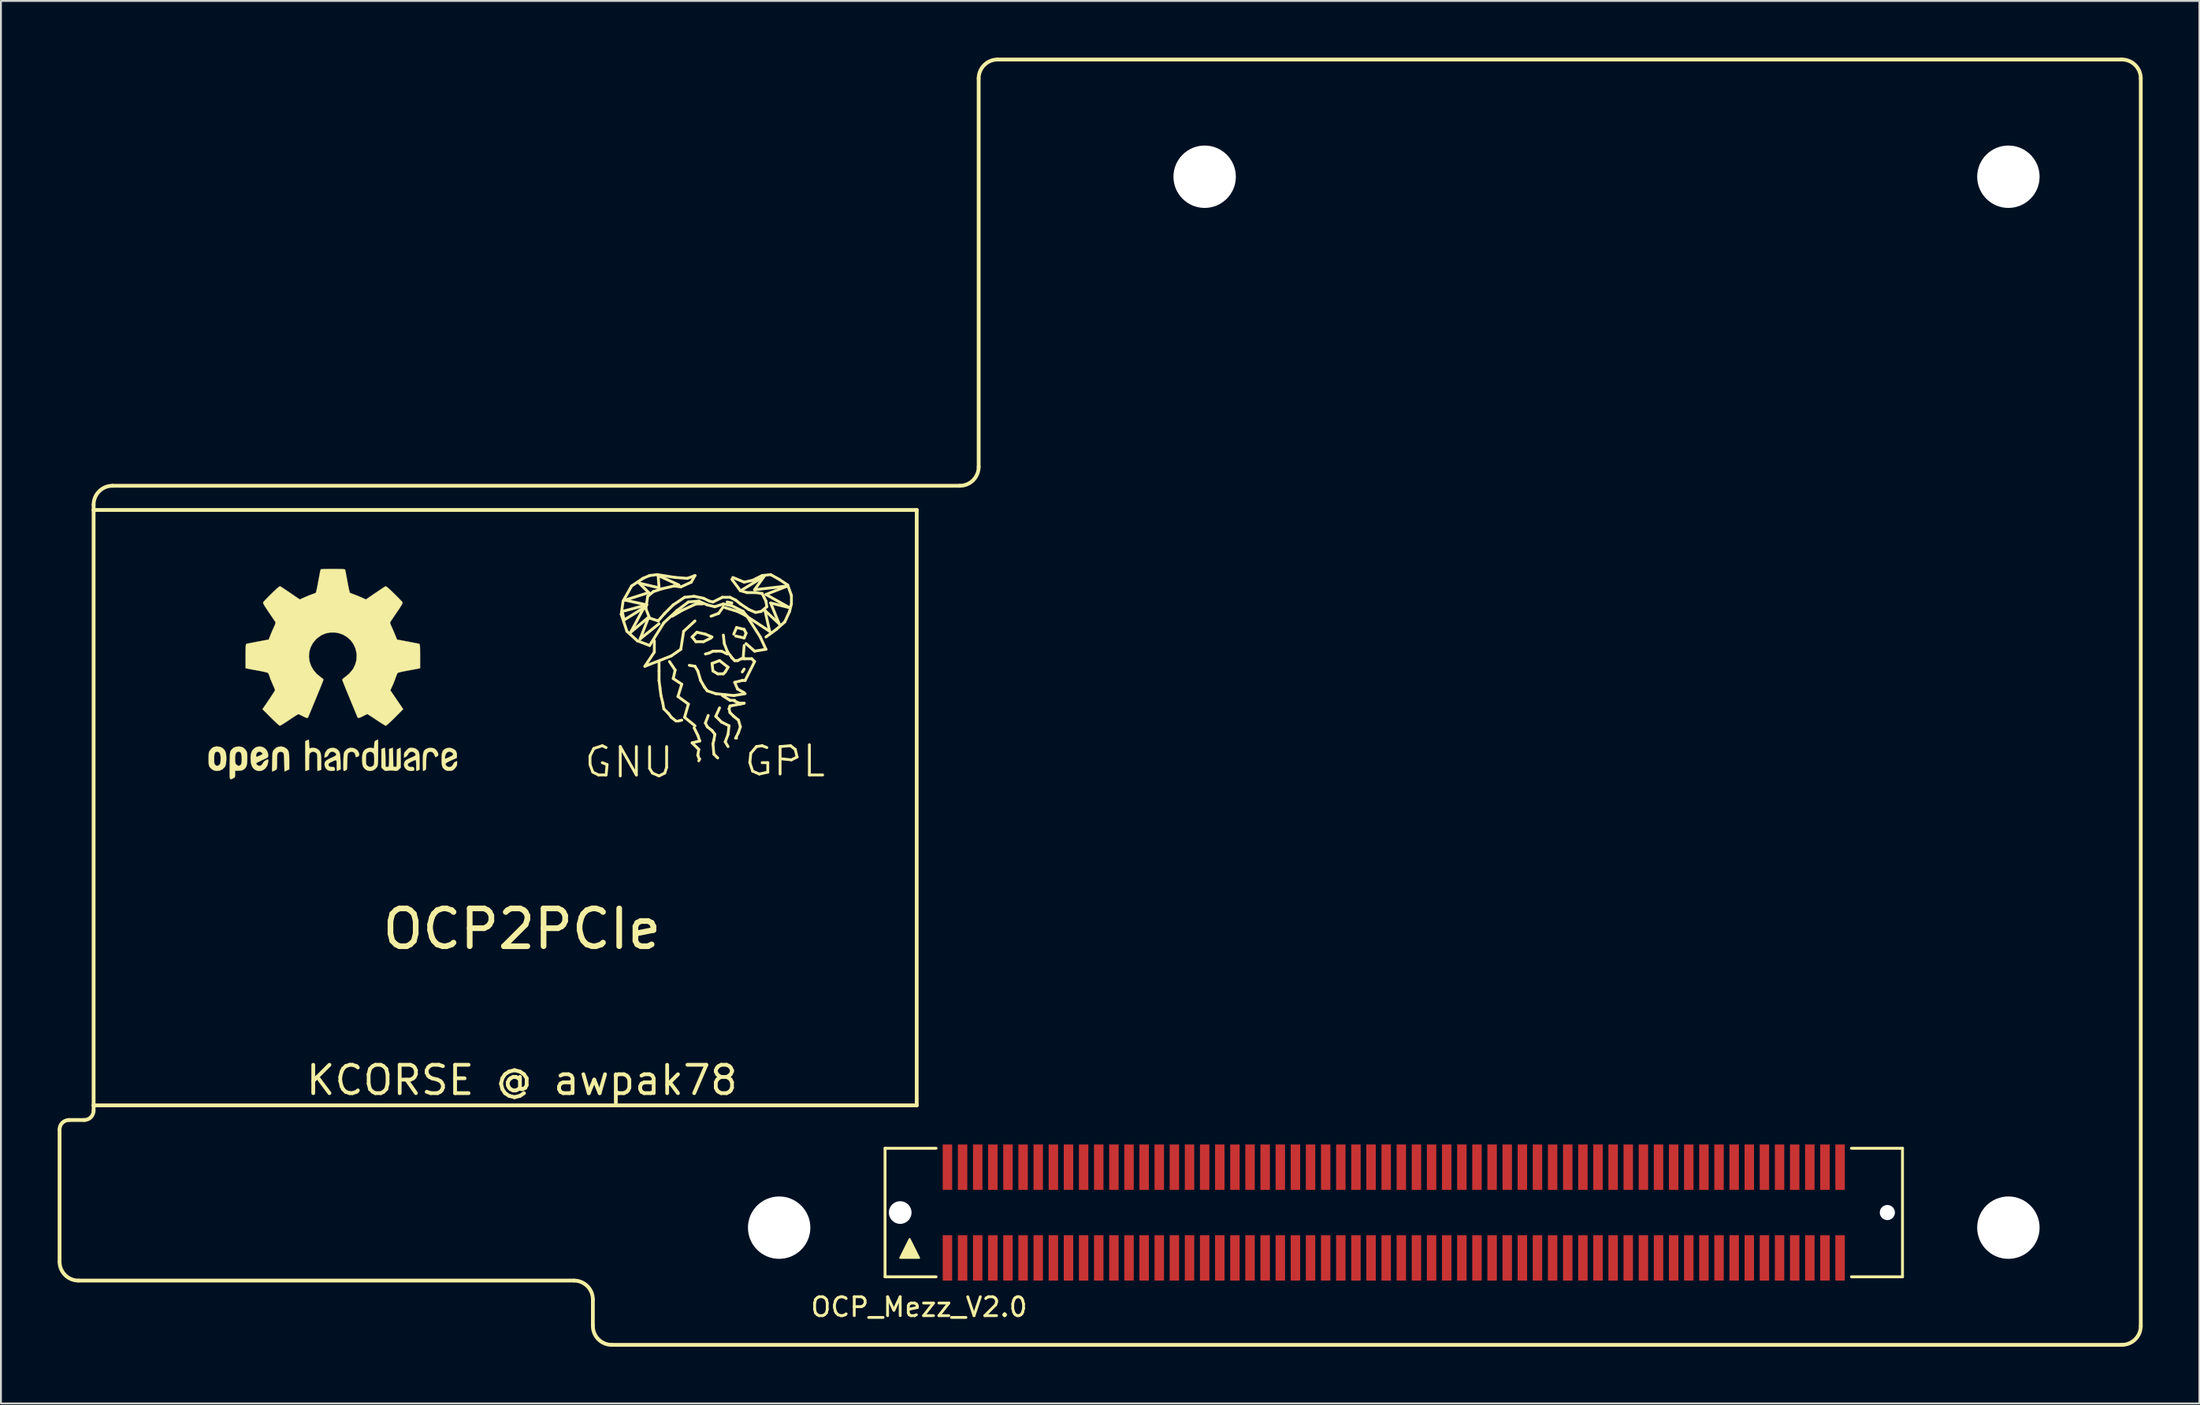
<source format=kicad_pcb>
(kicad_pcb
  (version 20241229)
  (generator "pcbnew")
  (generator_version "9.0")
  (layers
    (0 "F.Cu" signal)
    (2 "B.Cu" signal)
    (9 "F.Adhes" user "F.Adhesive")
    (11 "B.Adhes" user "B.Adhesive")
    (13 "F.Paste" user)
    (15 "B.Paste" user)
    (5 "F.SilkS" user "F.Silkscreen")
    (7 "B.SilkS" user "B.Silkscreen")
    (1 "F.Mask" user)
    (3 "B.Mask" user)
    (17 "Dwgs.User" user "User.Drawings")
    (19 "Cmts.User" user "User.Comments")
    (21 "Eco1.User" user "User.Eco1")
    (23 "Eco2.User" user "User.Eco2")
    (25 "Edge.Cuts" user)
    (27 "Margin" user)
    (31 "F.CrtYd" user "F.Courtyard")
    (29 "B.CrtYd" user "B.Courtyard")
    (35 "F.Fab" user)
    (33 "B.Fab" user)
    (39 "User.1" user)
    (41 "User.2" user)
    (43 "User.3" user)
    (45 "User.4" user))
  (footprint "OCP_Mezz_V2.0"
    (layer "F.Cu")
    (at 44.55 61.1)
    (property "Reference" "OCP_Mezz_V2.0" (at 1 5 0) (layer "F.SilkS") (effects (font (size 1 1) (thickness 0.15))))
    (attr through_hole)
    (fp_line (start -44.45 -4.395) (end -44.45 2.6) (stroke (width 0.2) (type solid)) (layer "F.SilkS"))
    (fp_line (start -43.45 3.6) (end -17.25 3.6) (stroke (width 0.2) (type solid)) (layer "F.SilkS"))
    (fp_line (start -43.15 -4.895) (end -43.95 -4.895) (stroke (width 0.2) (type solid)) (layer "F.SilkS"))
    (fp_line (start -42.65 -37.17) (end -42.65 -37.45) (stroke (width 0.2) (type solid)) (layer "F.SilkS"))
    (fp_line (start -42.65 -37.17) (end -42.65 -5.67) (stroke (width 0.2) (type solid)) (layer "F.SilkS"))
    (fp_line (start -42.65 -5.67) (end 0.875 -5.67) (stroke (width 0.2) (type solid)) (layer "F.SilkS"))
    (fp_line (start -42.65 -5.395) (end -42.65 -5.67) (stroke (width 0.2) (type solid)) (layer "F.SilkS"))
    (fp_line (start -16.401 -24.15) (end -16.401 -23.701) (stroke (width 0.15) (type solid)) (layer "F.SilkS"))
    (fp_line (start -16.401 -23.701) (end -16.251 -23.299) (stroke (width 0.15) (type solid)) (layer "F.SilkS"))
    (fp_line (start -16.251 -23.299) (end -15.951 -23.15) (stroke (width 0.15) (type solid)) (layer "F.SilkS"))
    (fp_line (start -16.25 6) (end -16.25 4.6) (stroke (width 0.2) (type solid)) (layer "F.SilkS"))
    (fp_line (start -16.2 -24.549) (end -16.401 -24.15) (stroke (width 0.15) (type solid)) (layer "F.SilkS"))
    (fp_line (start -15.951 -23.15) (end -15.55 -23.15) (stroke (width 0.15) (type solid)) (layer "F.SilkS"))
    (fp_line (start -15.751 -24.699) (end -16.2 -24.549) (stroke (width 0.15) (type solid)) (layer "F.SilkS"))
    (fp_line (start -15.55 -24.6) (end -15.751 -24.699) (stroke (width 0.15) (type solid)) (layer "F.SilkS"))
    (fp_line (start -15.55 -23.15) (end -15.499 -23.701) (stroke (width 0.15) (type solid)) (layer "F.SilkS"))
    (fp_line (start -15.499 -23.701) (end -15.751 -23.8) (stroke (width 0.15) (type solid)) (layer "F.SilkS"))
    (fp_line (start -15.25 7) (end 64.6 7) (stroke (width 0.2) (type solid)) (layer "F.SilkS"))
    (fp_line (start -14.801 -24.651) (end -13.95 -23.15) (stroke (width 0.15) (type solid)) (layer "F.SilkS"))
    (fp_line (start -14.801 -23.099) (end -14.801 -24.651) (stroke (width 0.15) (type solid)) (layer "F.SilkS"))
    (fp_line (start -14.75 -31.651) (end -14.45 -30.749) (stroke (width 0.15) (type solid)) (layer "F.SilkS"))
    (fp_line (start -14.699 -31.801) (end -13.401 -32.149) (stroke (width 0.15) (type solid)) (layer "F.SilkS"))
    (fp_line (start -14.651 -32.349) (end -14.75 -31.651) (stroke (width 0.15) (type solid)) (layer "F.SilkS"))
    (fp_line (start -14.6 -31.349) (end -14.699 -31.801) (stroke (width 0.15) (type solid)) (layer "F.SilkS"))
    (fp_line (start -14.549 -32.4) (end -13.299 -32.799) (stroke (width 0.15) (type solid)) (layer "F.SilkS"))
    (fp_line (start -14.45 -30.749) (end -13.899 -30.249) (stroke (width 0.15) (type solid)) (layer "F.SilkS"))
    (fp_line (start -14.249 -30.701) (end -13.551 -31.999) (stroke (width 0.15) (type solid)) (layer "F.SilkS"))
    (fp_line (start -14.201 -33.15) (end -14.651 -32.349) (stroke (width 0.15) (type solid)) (layer "F.SilkS"))
    (fp_line (start -13.95 -23.15) (end -13.95 -24.651) (stroke (width 0.15) (type solid)) (layer "F.SilkS"))
    (fp_line (start -13.899 -30.249) (end -13.251 -30) (stroke (width 0.15) (type solid)) (layer "F.SilkS"))
    (fp_line (start -13.8 -33.299) (end -12.751 -33.051) (stroke (width 0.15) (type solid)) (layer "F.SilkS"))
    (fp_line (start -13.749 -30.351) (end -13.299 -31.501) (stroke (width 0.15) (type solid)) (layer "F.SilkS"))
    (fp_line (start -13.599 -33.551) (end -14.201 -33.15) (stroke (width 0.15) (type solid)) (layer "F.SilkS"))
    (fp_line (start -13.551 -31.999) (end -14.6 -31.349) (stroke (width 0.15) (type solid)) (layer "F.SilkS"))
    (fp_line (start -13.5 -28.9) (end -12.101 -29.449) (stroke (width 0.15) (type solid)) (layer "F.SilkS"))
    (fp_line (start -13.449 -31.951) (end -13.35 -32.601) (stroke (width 0.15) (type solid)) (layer "F.SilkS"))
    (fp_line (start -13.401 -32.149) (end -14.549 -32.4) (stroke (width 0.15) (type solid)) (layer "F.SilkS"))
    (fp_line (start -13.35 -32.601) (end -13.051 -32.85) (stroke (width 0.15) (type solid)) (layer "F.SilkS"))
    (fp_line (start -13.299 -32.799) (end -13.8 -33.299) (stroke (width 0.15) (type solid)) (layer "F.SilkS"))
    (fp_line (start -13.299 -31.501) (end -14.249 -30.701) (stroke (width 0.15) (type solid)) (layer "F.SilkS"))
    (fp_line (start -13.251 -33.701) (end -13.599 -33.551) (stroke (width 0.15) (type solid)) (layer "F.SilkS"))
    (fp_line (start -13.251 -31.45) (end -13.449 -31.951) (stroke (width 0.15) (type solid)) (layer "F.SilkS"))
    (fp_line (start -13.251 -30) (end -12.499 -31.199) (stroke (width 0.15) (type solid)) (layer "F.SilkS"))
    (fp_line (start -13.251 -24.651) (end -13.251 -23.5) (stroke (width 0.15) (type solid)) (layer "F.SilkS"))
    (fp_line (start -13.251 -23.5) (end -13.099 -23.251) (stroke (width 0.15) (type solid)) (layer "F.SilkS"))
    (fp_line (start -13.099 -23.251) (end -12.751 -23.099) (stroke (width 0.15) (type solid)) (layer "F.SilkS"))
    (fp_line (start -13.051 -32.85) (end -12.601 -33) (stroke (width 0.15) (type solid)) (layer "F.SilkS"))
    (fp_line (start -13 -30.249) (end -13 -29.649) (stroke (width 0.15) (type solid)) (layer "F.SilkS"))
    (fp_line (start -13 -29.649) (end -13.5 -28.9) (stroke (width 0.15) (type solid)) (layer "F.SilkS"))
    (fp_line (start -12.85 -33.749) (end -13.251 -33.701) (stroke (width 0.15) (type solid)) (layer "F.SilkS"))
    (fp_line (start -12.799 -33.701) (end -11.699 -33.2) (stroke (width 0.15) (type solid)) (layer "F.SilkS"))
    (fp_line (start -12.799 -31.3) (end -13.251 -31.45) (stroke (width 0.15) (type solid)) (layer "F.SilkS"))
    (fp_line (start -12.751 -33.051) (end -12.799 -33.701) (stroke (width 0.15) (type solid)) (layer "F.SilkS"))
    (fp_line (start -12.751 -31.151) (end -13.749 -30.351) (stroke (width 0.15) (type solid)) (layer "F.SilkS"))
    (fp_line (start -12.751 -28.651) (end -12.751 -29.149) (stroke (width 0.15) (type solid)) (layer "F.SilkS"))
    (fp_line (start -12.751 -28.151) (end -12.751 -28.651) (stroke (width 0.15) (type solid)) (layer "F.SilkS"))
    (fp_line (start -12.751 -23.099) (end -12.451 -23.251) (stroke (width 0.15) (type solid)) (layer "F.SilkS"))
    (fp_line (start -12.7 -27.75) (end -12.751 -28.151) (stroke (width 0.15) (type solid)) (layer "F.SilkS"))
    (fp_line (start -12.649 -27.351) (end -12.7 -27.75) (stroke (width 0.15) (type solid)) (layer "F.SilkS"))
    (fp_line (start -12.601 -33) (end -11.951 -33.15) (stroke (width 0.15) (type solid)) (layer "F.SilkS"))
    (fp_line (start -12.55 -26.949) (end -12.649 -27.351) (stroke (width 0.15) (type solid)) (layer "F.SilkS"))
    (fp_line (start -12.499 -31.199) (end -11.801 -31.849) (stroke (width 0.15) (type solid)) (layer "F.SilkS"))
    (fp_line (start -12.499 -26.65) (end -12.55 -26.949) (stroke (width 0.15) (type solid)) (layer "F.SilkS"))
    (fp_line (start -12.451 -31.699) (end -12.799 -31.3) (stroke (width 0.15) (type solid)) (layer "F.SilkS"))
    (fp_line (start -12.451 -23.251) (end -12.35 -23.551) (stroke (width 0.15) (type solid)) (layer "F.SilkS"))
    (fp_line (start -12.35 -23.551) (end -12.35 -24.651) (stroke (width 0.15) (type solid)) (layer "F.SilkS"))
    (fp_line (start -12.25 -26.401) (end -12.499 -26.65) (stroke (width 0.15) (type solid)) (layer "F.SilkS"))
    (fp_line (start -12.2 -29.149) (end -11.9 -28.7) (stroke (width 0.15) (type solid)) (layer "F.SilkS"))
    (fp_line (start -12.101 -29.449) (end -11.6 -29.799) (stroke (width 0.15) (type solid)) (layer "F.SilkS"))
    (fp_line (start -12.101 -26.2) (end -12.25 -26.401) (stroke (width 0.15) (type solid)) (layer "F.SilkS"))
    (fp_line (start -12.05 -31.549) (end -11.549 -31.849) (stroke (width 0.15) (type solid)) (layer "F.SilkS"))
    (fp_line (start -11.999 -32.149) (end -12.451 -31.699) (stroke (width 0.15) (type solid)) (layer "F.SilkS"))
    (fp_line (start -11.999 -28.25) (end -11.549 -27.95) (stroke (width 0.15) (type solid)) (layer "F.SilkS"))
    (fp_line (start -11.951 -33.15) (end -11.6 -33.099) (stroke (width 0.15) (type solid)) (layer "F.SilkS"))
    (fp_line (start -11.9 -33.599) (end -12.85 -33.749) (stroke (width 0.15) (type solid)) (layer "F.SilkS"))
    (fp_line (start -11.9 -28.7) (end -11.999 -28.25) (stroke (width 0.15) (type solid)) (layer "F.SilkS"))
    (fp_line (start -11.849 -26) (end -12.101 -26.2) (stroke (width 0.15) (type solid)) (layer "F.SilkS"))
    (fp_line (start -11.801 -31.849) (end -11.199 -32.301) (stroke (width 0.15) (type solid)) (layer "F.SilkS"))
    (fp_line (start -11.75 -27.3) (end -11.199 -26.901) (stroke (width 0.15) (type solid)) (layer "F.SilkS"))
    (fp_line (start -11.75 -26) (end -11.549 -26.05) (stroke (width 0.15) (type solid)) (layer "F.SilkS"))
    (fp_line (start -11.6 -33.099) (end -11.049 -33.35) (stroke (width 0.15) (type solid)) (layer "F.SilkS"))
    (fp_line (start -11.6 -29.799) (end -11.45 -30.749) (stroke (width 0.15) (type solid)) (layer "F.SilkS"))
    (fp_line (start -11.549 -31.849) (end -10.8 -32.2) (stroke (width 0.15) (type solid)) (layer "F.SilkS"))
    (fp_line (start -11.549 -27.95) (end -11.75 -27.3) (stroke (width 0.15) (type solid)) (layer "F.SilkS"))
    (fp_line (start -11.45 -30.749) (end -10.851 -31.3) (stroke (width 0.15) (type solid)) (layer "F.SilkS"))
    (fp_line (start -11.4 -32.55) (end -11.999 -32.149) (stroke (width 0.15) (type solid)) (layer "F.SilkS"))
    (fp_line (start -11.4 -26.2) (end -10.851 -25.751) (stroke (width 0.15) (type solid)) (layer "F.SilkS"))
    (fp_line (start -11.25 -33.551) (end -11.9 -33.599) (stroke (width 0.15) (type solid)) (layer "F.SilkS"))
    (fp_line (start -11.199 -32.301) (end -10.65 -32.349) (stroke (width 0.15) (type solid)) (layer "F.SilkS"))
    (fp_line (start -11.199 -26.901) (end -11.4 -26.2) (stroke (width 0.15) (type solid)) (layer "F.SilkS"))
    (fp_line (start -11.049 -33.35) (end -10.851 -33.701) (stroke (width 0.15) (type solid)) (layer "F.SilkS"))
    (fp_line (start -11.001 -30.45) (end -10.8 -30.201) (stroke (width 0.15) (type solid)) (layer "F.SilkS"))
    (fp_line (start -11.001 -24.849) (end -10.65 -24.501) (stroke (width 0.15) (type solid)) (layer "F.SilkS"))
    (fp_line (start -10.899 -32.601) (end -11.4 -32.55) (stroke (width 0.15) (type solid)) (layer "F.SilkS"))
    (fp_line (start -10.899 -25.649) (end -10.701 -25.25) (stroke (width 0.15) (type solid)) (layer "F.SilkS"))
    (fp_line (start -10.851 -33.701) (end -11.25 -33.551) (stroke (width 0.15) (type solid)) (layer "F.SilkS"))
    (fp_line (start -10.851 -28.9) (end -11.151 -28.951) (stroke (width 0.15) (type solid)) (layer "F.SilkS"))
    (fp_line (start -10.8 -32.2) (end -10.45 -32.2) (stroke (width 0.15) (type solid)) (layer "F.SilkS"))
    (fp_line (start -10.8 -30.201) (end -10.399 -30.201) (stroke (width 0.15) (type solid)) (layer "F.SilkS"))
    (fp_line (start -10.749 -30.701) (end -11.001 -30.45) (stroke (width 0.15) (type solid)) (layer "F.SilkS"))
    (fp_line (start -10.701 -28.651) (end -10.851 -28.9) (stroke (width 0.15) (type solid)) (layer "F.SilkS"))
    (fp_line (start -10.701 -25.25) (end -10.599 -24.95) (stroke (width 0.15) (type solid)) (layer "F.SilkS"))
    (fp_line (start -10.701 -24.201) (end -10.65 -24.049) (stroke (width 0.15) (type solid)) (layer "F.SilkS"))
    (fp_line (start -10.65 -32.349) (end -10.201 -32.149) (stroke (width 0.15) (type solid)) (layer "F.SilkS"))
    (fp_line (start -10.65 -24.501) (end -10.701 -24.201) (stroke (width 0.15) (type solid)) (layer "F.SilkS"))
    (fp_line (start -10.599 -24.95) (end -11.001 -24.849) (stroke (width 0.15) (type solid)) (layer "F.SilkS"))
    (fp_line (start -10.599 -24.001) (end -10.65 -23.899) (stroke (width 0.15) (type solid)) (layer "F.SilkS"))
    (fp_line (start -10.551 -28.151) (end -10.701 -28.651) (stroke (width 0.15) (type solid)) (layer "F.SilkS"))
    (fp_line (start -10.399 -32.499) (end -10.899 -32.601) (stroke (width 0.15) (type solid)) (layer "F.SilkS"))
    (fp_line (start -10.399 -30.201) (end -10 -30.399) (stroke (width 0.15) (type solid)) (layer "F.SilkS"))
    (fp_line (start -10.351 -27.8) (end -10.551 -28.151) (stroke (width 0.15) (type solid)) (layer "F.SilkS"))
    (fp_line (start -10.3 -30.599) (end -10.749 -30.701) (stroke (width 0.15) (type solid)) (layer "F.SilkS"))
    (fp_line (start -10.3 -25.9) (end -10.201 -25.7) (stroke (width 0.15) (type solid)) (layer "F.SilkS"))
    (fp_line (start -10.201 -32.149) (end -9.799 -32.05) (stroke (width 0.15) (type solid)) (layer "F.SilkS"))
    (fp_line (start -10.201 -27.6) (end -10.351 -27.8) (stroke (width 0.15) (type solid)) (layer "F.SilkS"))
    (fp_line (start -10.201 -25.7) (end -9.949 -25.499) (stroke (width 0.15) (type solid)) (layer "F.SilkS"))
    (fp_line (start -10.15 -26.299) (end -10.3 -25.9) (stroke (width 0.15) (type solid)) (layer "F.SilkS"))
    (fp_line (start -10.099 -32.349) (end -10.399 -32.499) (stroke (width 0.15) (type solid)) (layer "F.SilkS"))
    (fp_line (start -10.099 -29.601) (end -10.3 -29.55) (stroke (width 0.15) (type solid)) (layer "F.SilkS"))
    (fp_line (start -10 -31.549) (end -9.601 -31.699) (stroke (width 0.15) (type solid)) (layer "F.SilkS"))
    (fp_line (start -9.949 -30.45) (end -10.3 -30.599) (stroke (width 0.15) (type solid)) (layer "F.SilkS"))
    (fp_line (start -9.949 -29.05) (end -9.901 -28.651) (stroke (width 0.15) (type solid)) (layer "F.SilkS"))
    (fp_line (start -9.949 -25.499) (end -9.799 -25.301) (stroke (width 0.15) (type solid)) (layer "F.SilkS"))
    (fp_line (start -9.901 -32.301) (end -10.099 -32.349) (stroke (width 0.15) (type solid)) (layer "F.SilkS"))
    (fp_line (start -9.901 -29.7) (end -10.099 -29.601) (stroke (width 0.15) (type solid)) (layer "F.SilkS"))
    (fp_line (start -9.901 -28.651) (end -9.649 -28.499) (stroke (width 0.15) (type solid)) (layer "F.SilkS"))
    (fp_line (start -9.901 -24.801) (end -9.85 -24.249) (stroke (width 0.15) (type solid)) (layer "F.SilkS"))
    (fp_line (start -9.85 -24.999) (end -9.901 -24.801) (stroke (width 0.15) (type solid)) (layer "F.SilkS"))
    (fp_line (start -9.85 -24.249) (end -9.649 -24.049) (stroke (width 0.15) (type solid)) (layer "F.SilkS"))
    (fp_line (start -9.799 -32.05) (end -9.35 -32.2) (stroke (width 0.15) (type solid)) (layer "F.SilkS"))
    (fp_line (start -9.799 -25.301) (end -9.85 -24.999) (stroke (width 0.15) (type solid)) (layer "F.SilkS"))
    (fp_line (start -9.751 -29.7) (end -9.901 -29.7) (stroke (width 0.15) (type solid)) (layer "F.SilkS"))
    (fp_line (start -9.751 -27.45) (end -10.201 -27.6) (stroke (width 0.15) (type solid)) (layer "F.SilkS"))
    (fp_line (start -9.751 -26.251) (end -9.449 -25.951) (stroke (width 0.15) (type solid)) (layer "F.SilkS"))
    (fp_line (start -9.649 -28.499) (end -9.35 -28.499) (stroke (width 0.15) (type solid)) (layer "F.SilkS"))
    (fp_line (start -9.601 -31.699) (end -9.35 -32.05) (stroke (width 0.15) (type solid)) (layer "F.SilkS"))
    (fp_line (start -9.55 -29.2) (end -9.949 -29.05) (stroke (width 0.15) (type solid)) (layer "F.SilkS"))
    (fp_line (start -9.55 -26.701) (end -9.751 -26.251) (stroke (width 0.15) (type solid)) (layer "F.SilkS"))
    (fp_line (start -9.449 -29.7) (end -9.751 -29.7) (stroke (width 0.15) (type solid)) (layer "F.SilkS"))
    (fp_line (start -9.449 -25.951) (end -9.05 -25.751) (stroke (width 0.15) (type solid)) (layer "F.SilkS"))
    (fp_line (start -9.401 -32.55) (end -9.901 -32.301) (stroke (width 0.15) (type solid)) (layer "F.SilkS"))
    (fp_line (start -9.401 -27.351) (end -8.999 -27.099) (stroke (width 0.15) (type solid)) (layer "F.SilkS"))
    (fp_line (start -9.35 -32.2) (end -8.9 -32.101) (stroke (width 0.15) (type solid)) (layer "F.SilkS"))
    (fp_line (start -9.35 -30.551) (end -9.299 -30.099) (stroke (width 0.15) (type solid)) (layer "F.SilkS"))
    (fp_line (start -9.35 -28.499) (end -9.251 -28.6) (stroke (width 0.15) (type solid)) (layer "F.SilkS"))
    (fp_line (start -9.299 -30.099) (end -9.149 -29.7) (stroke (width 0.15) (type solid)) (layer "F.SilkS"))
    (fp_line (start -9.251 -31.999) (end -8.6 -31.801) (stroke (width 0.15) (type solid)) (layer "F.SilkS"))
    (fp_line (start -9.251 -28.6) (end -9.101 -28.849) (stroke (width 0.15) (type solid)) (layer "F.SilkS"))
    (fp_line (start -9.251 -27.399) (end -9.751 -27.45) (stroke (width 0.15) (type solid)) (layer "F.SilkS"))
    (fp_line (start -9.251 -24.9) (end -9.101 -24.651) (stroke (width 0.15) (type solid)) (layer "F.SilkS"))
    (fp_line (start -9.149 -32.301) (end -8.9 -32.25) (stroke (width 0.15) (type solid)) (layer "F.SilkS"))
    (fp_line (start -9.149 -29.7) (end -9.05 -29.55) (stroke (width 0.15) (type solid)) (layer "F.SilkS"))
    (fp_line (start -9.149 -29.55) (end -9.449 -29.7) (stroke (width 0.15) (type solid)) (layer "F.SilkS"))
    (fp_line (start -9.101 -28.849) (end -9.55 -29.2) (stroke (width 0.15) (type solid)) (layer "F.SilkS"))
    (fp_line (start -9.101 -25.301) (end -9.251 -24.9) (stroke (width 0.15) (type solid)) (layer "F.SilkS"))
    (fp_line (start -9.05 -26.65) (end -8.999 -26.449) (stroke (width 0.15) (type solid)) (layer "F.SilkS"))
    (fp_line (start -9.05 -25.751) (end -9.101 -25.301) (stroke (width 0.15) (type solid)) (layer "F.SilkS"))
    (fp_line (start -8.999 -32.55) (end -9.401 -32.55) (stroke (width 0.15) (type solid)) (layer "F.SilkS"))
    (fp_line (start -8.999 -29.5) (end -8.9 -29.35) (stroke (width 0.15) (type solid)) (layer "F.SilkS"))
    (fp_line (start -8.999 -27.099) (end -8.75 -27.099) (stroke (width 0.15) (type solid)) (layer "F.SilkS"))
    (fp_line (start -8.999 -26.8) (end -9.05 -26.65) (stroke (width 0.15) (type solid)) (layer "F.SilkS"))
    (fp_line (start -8.999 -26.449) (end -8.801 -26.251) (stroke (width 0.15) (type solid)) (layer "F.SilkS"))
    (fp_line (start -8.9 -33.5) (end -8.451 -32.901) (stroke (width 0.15) (type solid)) (layer "F.SilkS"))
    (fp_line (start -8.9 -32.101) (end -8.301 -31.801) (stroke (width 0.15) (type solid)) (layer "F.SilkS"))
    (fp_line (start -8.9 -29.35) (end -8.75 -29.2) (stroke (width 0.15) (type solid)) (layer "F.SilkS"))
    (fp_line (start -8.849 -33.599) (end -8.25 -33.35) (stroke (width 0.15) (type solid)) (layer "F.SilkS"))
    (fp_line (start -8.801 -30.599) (end -8.651 -30.95) (stroke (width 0.15) (type solid)) (layer "F.SilkS"))
    (fp_line (start -8.801 -27.351) (end -9.251 -27.399) (stroke (width 0.15) (type solid)) (layer "F.SilkS"))
    (fp_line (start -8.801 -26.251) (end -8.55 -26.05) (stroke (width 0.15) (type solid)) (layer "F.SilkS"))
    (fp_line (start -8.75 -29.2) (end -8.6 -29.2) (stroke (width 0.15) (type solid)) (layer "F.SilkS"))
    (fp_line (start -8.75 -28.049) (end -8.6 -27.699) (stroke (width 0.15) (type solid)) (layer "F.SilkS"))
    (fp_line (start -8.75 -27.051) (end -8.499 -26.949) (stroke (width 0.15) (type solid)) (layer "F.SilkS"))
    (fp_line (start -8.7 -32.4) (end -8.999 -32.55) (stroke (width 0.15) (type solid)) (layer "F.SilkS"))
    (fp_line (start -8.7 -25.1) (end -8.651 -25.1) (stroke (width 0.15) (type solid)) (layer "F.SilkS"))
    (fp_line (start -8.651 -30.95) (end -8.25 -30.851) (stroke (width 0.15) (type solid)) (layer "F.SilkS"))
    (fp_line (start -8.6 -31.801) (end -8.199 -31.6) (stroke (width 0.15) (type solid)) (layer "F.SilkS"))
    (fp_line (start -8.6 -29.2) (end -8.4 -29.299) (stroke (width 0.15) (type solid)) (layer "F.SilkS"))
    (fp_line (start -8.6 -27.699) (end -8.25 -27.501) (stroke (width 0.15) (type solid)) (layer "F.SilkS"))
    (fp_line (start -8.55 -26.05) (end -8.451 -25.7) (stroke (width 0.15) (type solid)) (layer "F.SilkS"))
    (fp_line (start -8.55 -25.4) (end -8.7 -25.1) (stroke (width 0.15) (type solid)) (layer "F.SilkS"))
    (fp_line (start -8.499 -26.949) (end -8.25 -26.949) (stroke (width 0.15) (type solid)) (layer "F.SilkS"))
    (fp_line (start -8.451 -32.901) (end -8.1 -32.799) (stroke (width 0.15) (type solid)) (layer "F.SilkS"))
    (fp_line (start -8.451 -32.2) (end -8.7 -32.4) (stroke (width 0.15) (type solid)) (layer "F.SilkS"))
    (fp_line (start -8.451 -26.901) (end -8.999 -26.8) (stroke (width 0.15) (type solid)) (layer "F.SilkS"))
    (fp_line (start -8.451 -25.7) (end -8.55 -25.4) (stroke (width 0.15) (type solid)) (layer "F.SilkS"))
    (fp_line (start -8.4 -29.299) (end -8.199 -29.299) (stroke (width 0.15) (type solid)) (layer "F.SilkS"))
    (fp_line (start -8.349 -28.151) (end -8.75 -28.049) (stroke (width 0.15) (type solid)) (layer "F.SilkS"))
    (fp_line (start -8.301 -31.801) (end -8.1 -31.549) (stroke (width 0.15) (type solid)) (layer "F.SilkS"))
    (fp_line (start -8.25 -33.35) (end -7.8 -33.449) (stroke (width 0.15) (type solid)) (layer "F.SilkS"))
    (fp_line (start -8.25 -30.851) (end -8.151 -30.65) (stroke (width 0.15) (type solid)) (layer "F.SilkS"))
    (fp_line (start -8.25 -30.399) (end -8.7 -30.5) (stroke (width 0.15) (type solid)) (layer "F.SilkS"))
    (fp_line (start -8.25 -30) (end -8.301 -29.35) (stroke (width 0.15) (type solid)) (layer "F.SilkS"))
    (fp_line (start -8.25 -29.299) (end -7.851 -29.299) (stroke (width 0.15) (type solid)) (layer "F.SilkS"))
    (fp_line (start -8.25 -28.75) (end -8.349 -28.6) (stroke (width 0.15) (type solid)) (layer "F.SilkS"))
    (fp_line (start -8.25 -26.949) (end -8.451 -26.901) (stroke (width 0.15) (type solid)) (layer "F.SilkS"))
    (fp_line (start -8.199 -31.6) (end -6.901 -30.749) (stroke (width 0.15) (type solid)) (layer "F.SilkS"))
    (fp_line (start -8.199 -28.151) (end -8.349 -28.151) (stroke (width 0.15) (type solid)) (layer "F.SilkS"))
    (fp_line (start -8.199 -27.45) (end -8.801 -27.351) (stroke (width 0.15) (type solid)) (layer "F.SilkS"))
    (fp_line (start -8.151 -30.65) (end -8.25 -30.399) (stroke (width 0.15) (type solid)) (layer "F.SilkS"))
    (fp_line (start -8.1 -32.799) (end -7.651 -32.799) (stroke (width 0.15) (type solid)) (layer "F.SilkS"))
    (fp_line (start -8.1 -31.549) (end -7.399 -30.45) (stroke (width 0.15) (type solid)) (layer "F.SilkS"))
    (fp_line (start -8.001 -31.9) (end -8.451 -32.2) (stroke (width 0.15) (type solid)) (layer "F.SilkS"))
    (fp_line (start -7.95 -23.8) (end -7.8 -23.35) (stroke (width 0.15) (type solid)) (layer "F.SilkS"))
    (fp_line (start -7.899 -24.3) (end -7.95 -23.8) (stroke (width 0.15) (type solid)) (layer "F.SilkS"))
    (fp_line (start -7.851 -29.299) (end -7.699 -29.149) (stroke (width 0.15) (type solid)) (layer "F.SilkS"))
    (fp_line (start -7.8 -33.449) (end -7.3 -33.701) (stroke (width 0.15) (type solid)) (layer "F.SilkS"))
    (fp_line (start -7.8 -23.35) (end -7.45 -23.2) (stroke (width 0.15) (type solid)) (layer "F.SilkS"))
    (fp_line (start -7.699 -32.949) (end -7.201 -33.65) (stroke (width 0.15) (type solid)) (layer "F.SilkS"))
    (fp_line (start -7.699 -29.7) (end -8.151 -30.099) (stroke (width 0.15) (type solid)) (layer "F.SilkS"))
    (fp_line (start -7.699 -29.149) (end -8.199 -28.151) (stroke (width 0.15) (type solid)) (layer "F.SilkS"))
    (fp_line (start -7.651 -32.799) (end -7.3 -32.751) (stroke (width 0.15) (type solid)) (layer "F.SilkS"))
    (fp_line (start -7.651 -31.75) (end -8.001 -31.9) (stroke (width 0.15) (type solid)) (layer "F.SilkS"))
    (fp_line (start -7.6 -24.651) (end -7.899 -24.3) (stroke (width 0.15) (type solid)) (layer "F.SilkS"))
    (fp_line (start -7.45 -23.2) (end -7 -23.299) (stroke (width 0.15) (type solid)) (layer "F.SilkS"))
    (fp_line (start -7.399 -30.45) (end -7.099 -29.799) (stroke (width 0.15) (type solid)) (layer "F.SilkS"))
    (fp_line (start -7.351 -31.801) (end -7.651 -31.75) (stroke (width 0.15) (type solid)) (layer "F.SilkS"))
    (fp_line (start -7.3 -33.701) (end -6.85 -33.749) (stroke (width 0.15) (type solid)) (layer "F.SilkS"))
    (fp_line (start -7.3 -32.751) (end -7.099 -32.349) (stroke (width 0.15) (type solid)) (layer "F.SilkS"))
    (fp_line (start -7.3 -24.699) (end -7.6 -24.651) (stroke (width 0.15) (type solid)) (layer "F.SilkS"))
    (fp_line (start -7.201 -33.65) (end -8.349 -32.949) (stroke (width 0.15) (type solid)) (layer "F.SilkS"))
    (fp_line (start -7.15 -31.849) (end -6.401 -31.151) (stroke (width 0.15) (type solid)) (layer "F.SilkS"))
    (fp_line (start -7.099 -32.7) (end -5.951 -33.15) (stroke (width 0.15) (type solid)) (layer "F.SilkS"))
    (fp_line (start -7.099 -32.349) (end -7.051 -32.05) (stroke (width 0.15) (type solid)) (layer "F.SilkS"))
    (fp_line (start -7.099 -29.799) (end -7.699 -29.7) (stroke (width 0.15) (type solid)) (layer "F.SilkS"))
    (fp_line (start -7.051 -32.05) (end -7.351 -31.801) (stroke (width 0.15) (type solid)) (layer "F.SilkS"))
    (fp_line (start -7.051 -24.6) (end -7.3 -24.699) (stroke (width 0.15) (type solid)) (layer "F.SilkS"))
    (fp_line (start -7 -23.8) (end -7.3 -23.8) (stroke (width 0.15) (type solid)) (layer "F.SilkS"))
    (fp_line (start -7 -23.299) (end -7 -23.8) (stroke (width 0.15) (type solid)) (layer "F.SilkS"))
    (fp_line (start -6.901 -30.749) (end -7.15 -31.849) (stroke (width 0.15) (type solid)) (layer "F.SilkS"))
    (fp_line (start -6.85 -33.749) (end -6.401 -33.5) (stroke (width 0.15) (type solid)) (layer "F.SilkS"))
    (fp_line (start -6.85 -32.25) (end -5.85 -31.999) (stroke (width 0.15) (type solid)) (layer "F.SilkS"))
    (fp_line (start -6.551 -30.851) (end -7.099 -30.45) (stroke (width 0.15) (type solid)) (layer "F.SilkS"))
    (fp_line (start -6.401 -33.5) (end -5.951 -33.2) (stroke (width 0.15) (type solid)) (layer "F.SilkS"))
    (fp_line (start -6.401 -31.151) (end -6.85 -32.25) (stroke (width 0.15) (type solid)) (layer "F.SilkS"))
    (fp_line (start -6.35 -24.651) (end -5.799 -24.699) (stroke (width 0.15) (type solid)) (layer "F.SilkS"))
    (fp_line (start -6.35 -23.2) (end -6.35 -24.651) (stroke (width 0.15) (type solid)) (layer "F.SilkS"))
    (fp_line (start -6.101 -31.25) (end -6.551 -30.851) (stroke (width 0.15) (type solid)) (layer "F.SilkS"))
    (fp_line (start -5.951 -33.2) (end -5.751 -32.649) (stroke (width 0.15) (type solid)) (layer "F.SilkS"))
    (fp_line (start -5.951 -33.15) (end -7.699 -32.949) (stroke (width 0.15) (type solid)) (layer "F.SilkS"))
    (fp_line (start -5.85 -31.999) (end -7.099 -32.7) (stroke (width 0.15) (type solid)) (layer "F.SilkS"))
    (fp_line (start -5.85 -31.801) (end -6.101 -31.25) (stroke (width 0.15) (type solid)) (layer "F.SilkS"))
    (fp_line (start -5.799 -24.699) (end -5.55 -24.501) (stroke (width 0.15) (type solid)) (layer "F.SilkS"))
    (fp_line (start -5.751 -32.649) (end -5.751 -32.2) (stroke (width 0.15) (type solid)) (layer "F.SilkS"))
    (fp_line (start -5.751 -32.2) (end -5.85 -31.801) (stroke (width 0.15) (type solid)) (layer "F.SilkS"))
    (fp_line (start -5.751 -23.95) (end -6.251 -24.001) (stroke (width 0.15) (type solid)) (layer "F.SilkS"))
    (fp_line (start -5.55 -24.501) (end -5.451 -24.1) (stroke (width 0.15) (type solid)) (layer "F.SilkS"))
    (fp_line (start -5.451 -24.1) (end -5.751 -23.95) (stroke (width 0.15) (type solid)) (layer "F.SilkS"))
    (fp_line (start -4.801 -24.75) (end -4.801 -23.15) (stroke (width 0.15) (type solid)) (layer "F.SilkS"))
    (fp_line (start -4.801 -23.15) (end -4.1 -23.15) (stroke (width 0.15) (type solid)) (layer "F.SilkS"))
    (fp_line (start -0.8 -3.4) (end 1.9 -3.4) (stroke (width 0.152) (type solid)) (layer "F.SilkS"))
    (fp_line (start -0.8 3.4) (end -0.8 -3.4) (stroke (width 0.152) (type solid)) (layer "F.SilkS"))
    (fp_line (start 0.875 -37.17) (end -42.65 -37.17) (stroke (width 0.2) (type solid)) (layer "F.SilkS"))
    (fp_line (start 0.875 -5.67) (end 0.875 -37.17) (stroke (width 0.2) (type solid)) (layer "F.SilkS"))
    (fp_line (start 1.9 3.4) (end -0.8 3.4) (stroke (width 0.152) (type solid)) (layer "F.SilkS"))
    (fp_line (start 3.15 -38.45) (end -41.65 -38.45) (stroke (width 0.2) (type solid)) (layer "F.SilkS"))
    (fp_line (start 4.15 -60) (end 4.15 -39.45) (stroke (width 0.2) (type solid)) (layer "F.SilkS"))
    (fp_line (start 50.3 -3.4) (end 53 -3.4) (stroke (width 0.152) (type solid)) (layer "F.SilkS"))
    (fp_line (start 53 -3.4) (end 53 3.4) (stroke (width 0.152) (type solid)) (layer "F.SilkS"))
    (fp_line (start 53 3.4) (end 50.3 3.4) (stroke (width 0.152) (type solid)) (layer "F.SilkS"))
    (fp_line (start 64.6 -61) (end 5.15 -61) (stroke (width 0.2) (type solid)) (layer "F.SilkS"))
    (fp_line (start 65.6 6) (end 65.6 -60) (stroke (width 0.2) (type solid)) (layer "F.SilkS"))
    (fp_arc (start -44.45 -4.395001) (mid -44.303553 -4.748554) (end -43.95 -4.895001) (stroke (width 0.2) (type solid)) (layer "F.SilkS"))
    (fp_arc (start -43.45 3.599999) (mid -44.157107 3.307106) (end -44.45 2.599999) (stroke (width 0.2) (type solid)) (layer "F.SilkS"))
    (fp_arc (start -42.65 -37.450001) (mid -42.357107 -38.157108) (end -41.65 -38.450001) (stroke (width 0.2) (type solid)) (layer "F.SilkS"))
    (fp_arc (start -42.65 -5.395001) (mid -42.796447 -5.041448) (end -43.15 -4.895001) (stroke (width 0.2) (type solid)) (layer "F.SilkS"))
    (fp_arc (start -17.25 3.599999) (mid -16.542893 3.892892) (end -16.25 4.599999) (stroke (width 0.2) (type solid)) (layer "F.SilkS"))
    (fp_arc (start -15.25 6.999999) (mid -15.957107 6.707106) (end -16.25 5.999999) (stroke (width 0.2) (type solid)) (layer "F.SilkS"))
    (fp_arc (start 4.15 -60.000001) (mid 4.442893 -60.707108) (end 5.15 -61.000001) (stroke (width 0.2) (type solid)) (layer "F.SilkS"))
    (fp_arc (start 4.15 -39.450001) (mid 3.857107 -38.742894) (end 3.15 -38.450001) (stroke (width 0.2) (type solid)) (layer "F.SilkS"))
    (fp_arc (start 64.6 -61.000001) (mid 65.307107 -60.707108) (end 65.6 -60.000001) (stroke (width 0.2) (type solid)) (layer "F.SilkS"))
    (fp_arc (start 65.6 5.999999) (mid 65.307107 6.707106) (end 64.6 6.999999) (stroke (width 0.2) (type solid)) (layer "F.SilkS"))
    (fp_poly (pts (xy 1 2.4) (xy 0 2.4) (xy 0.5 1.4)) (stroke (width 0.1) (type solid)) (fill yes) (layer "F.SilkS"))
    (fp_poly (pts (xy -24.664 -24.56) (xy -24.629 -24.545) (xy -24.546 -24.479) (xy -24.475 -24.383) (xy -24.431 -24.282) (xy -24.424 -24.231) (xy -24.448 -24.161) (xy -24.5 -24.124) (xy -24.557 -24.102) (xy -24.583 -24.098) (xy -24.595 -24.128) (xy -24.62 -24.193) (xy -24.631 -24.223) (xy -24.692 -24.325) (xy -24.781 -24.376) (xy -24.895 -24.374) (xy -24.903 -24.372) (xy -24.964 -24.343) (xy -25.009 -24.287) (xy -25.039 -24.197) (xy -25.057 -24.065) (xy -25.065 -23.886) (xy -25.066 -23.791) (xy -25.066 -23.64) (xy -25.069 -23.538) (xy -25.075 -23.472) (xy -25.088 -23.434) (xy -25.108 -23.412) (xy -25.139 -23.396) (xy -25.14 -23.395) (xy -25.199 -23.371) (xy -25.228 -23.362) (xy -25.232 -23.389) (xy -25.236 -23.465) (xy -25.239 -23.58) (xy -25.241 -23.725) (xy -25.241 -23.83) (xy -25.239 -24.034) (xy -25.233 -24.189) (xy -25.218 -24.304) (xy -25.194 -24.387) (xy -25.158 -24.449) (xy -25.107 -24.497) (xy -25.057 -24.531) (xy -24.937 -24.575) (xy -24.796 -24.585) (xy -24.664 -24.56)) (stroke (width 0.01) (type solid)) (fill yes) (layer "F.SilkS"))
    (fp_poly (pts (xy -32.583 -24.622) (xy -32.489 -24.568) (xy -32.424 -24.514) (xy -32.376 -24.458) (xy -32.343 -24.389) (xy -32.323 -24.298) (xy -32.311 -24.173) (xy -32.307 -24.007) (xy -32.306 -23.887) (xy -32.306 -23.446) (xy -32.431 -23.391) (xy -32.555 -23.335) (xy -32.569 -23.818) (xy -32.575 -23.998) (xy -32.582 -24.129) (xy -32.589 -24.219) (xy -32.6 -24.278) (xy -32.614 -24.315) (xy -32.634 -24.337) (xy -32.64 -24.342) (xy -32.736 -24.38) (xy -32.833 -24.365) (xy -32.89 -24.325) (xy -32.914 -24.297) (xy -32.93 -24.259) (xy -32.94 -24.203) (xy -32.946 -24.117) (xy -32.948 -23.99) (xy -32.949 -23.859) (xy -32.949 -23.694) (xy -32.952 -23.577) (xy -32.961 -23.498) (xy -32.981 -23.448) (xy -33.015 -23.414) (xy -33.068 -23.388) (xy -33.138 -23.362) (xy -33.215 -23.332) (xy -33.206 -23.851) (xy -33.202 -24.037) (xy -33.198 -24.176) (xy -33.192 -24.274) (xy -33.183 -24.344) (xy -33.169 -24.393) (xy -33.15 -24.433) (xy -33.127 -24.467) (xy -33.015 -24.578) (xy -32.878 -24.642) (xy -32.73 -24.658) (xy -32.583 -24.622)) (stroke (width 0.01) (type solid)) (fill yes) (layer "F.SilkS"))
    (fp_poly (pts (xy -28.934 -24.578) (xy -28.801 -24.529) (xy -28.694 -24.443) (xy -28.652 -24.382) (xy -28.606 -24.27) (xy -28.607 -24.189) (xy -28.655 -24.135) (xy -28.673 -24.125) (xy -28.75 -24.097) (xy -28.789 -24.104) (xy -28.802 -24.152) (xy -28.803 -24.179) (xy -28.827 -24.277) (xy -28.891 -24.346) (xy -28.979 -24.38) (xy -29.077 -24.371) (xy -29.157 -24.328) (xy -29.184 -24.303) (xy -29.204 -24.273) (xy -29.217 -24.227) (xy -29.225 -24.157) (xy -29.23 -24.05) (xy -29.235 -23.898) (xy -29.236 -23.85) (xy -29.24 -23.685) (xy -29.244 -23.569) (xy -29.251 -23.492) (xy -29.262 -23.445) (xy -29.278 -23.418) (xy -29.302 -23.402) (xy -29.317 -23.395) (xy -29.382 -23.37) (xy -29.42 -23.362) (xy -29.433 -23.389) (xy -29.441 -23.471) (xy -29.444 -23.61) (xy -29.442 -23.806) (xy -29.441 -23.836) (xy -29.437 -24.015) (xy -29.431 -24.145) (xy -29.424 -24.238) (xy -29.413 -24.302) (xy -29.397 -24.349) (xy -29.374 -24.389) (xy -29.363 -24.406) (xy -29.295 -24.481) (xy -29.22 -24.539) (xy -29.211 -24.544) (xy -29.076 -24.585) (xy -28.934 -24.578)) (stroke (width 0.01) (type solid)) (fill yes) (layer "F.SilkS"))
    (fp_poly (pts (xy -26.42 -24.56) (xy -26.415 -24.483) (xy -26.412 -24.367) (xy -26.41 -24.219) (xy -26.409 -24.065) (xy -26.409 -23.541) (xy -26.501 -23.449) (xy -26.565 -23.392) (xy -26.621 -23.369) (xy -26.697 -23.37) (xy -26.728 -23.374) (xy -26.822 -23.385) (xy -26.901 -23.391) (xy -26.92 -23.392) (xy -26.984 -23.388) (xy -27.076 -23.379) (xy -27.112 -23.374) (xy -27.2 -23.367) (xy -27.259 -23.382) (xy -27.317 -23.428) (xy -27.338 -23.449) (xy -27.431 -23.541) (xy -27.431 -24.52) (xy -27.356 -24.554) (xy -27.292 -24.579) (xy -27.255 -24.588) (xy -27.245 -24.56) (xy -27.236 -24.482) (xy -27.229 -24.364) (xy -27.223 -24.212) (xy -27.22 -24.084) (xy -27.212 -23.581) (xy -27.142 -23.571) (xy -27.079 -23.578) (xy -27.048 -23.6) (xy -27.039 -23.642) (xy -27.032 -23.73) (xy -27.026 -23.855) (xy -27.023 -24.004) (xy -27.023 -24.081) (xy -27.022 -24.524) (xy -26.93 -24.556) (xy -26.865 -24.578) (xy -26.83 -24.588) (xy -26.829 -24.588) (xy -26.825 -24.56) (xy -26.821 -24.484) (xy -26.817 -24.367) (xy -26.814 -24.221) (xy -26.811 -24.084) (xy -26.803 -23.581) (xy -26.628 -23.581) (xy -26.62 -24.04) (xy -26.612 -24.499) (xy -26.526 -24.544) (xy -26.463 -24.574) (xy -26.426 -24.588) (xy -26.425 -24.588) (xy -26.42 -24.56)) (stroke (width 0.01) (type solid)) (fill yes) (layer "F.SilkS"))
    (fp_poly (pts (xy -31.255 -24.776) (xy -31.247 -24.657) (xy -31.237 -24.586) (xy -31.223 -24.556) (xy -31.203 -24.555) (xy -31.197 -24.559) (xy -31.111 -24.586) (xy -30.999 -24.584) (xy -30.886 -24.557) (xy -30.814 -24.522) (xy -30.742 -24.465) (xy -30.688 -24.401) (xy -30.652 -24.32) (xy -30.629 -24.212) (xy -30.617 -24.067) (xy -30.613 -23.876) (xy -30.613 -23.839) (xy -30.613 -23.426) (xy -30.705 -23.394) (xy -30.77 -23.372) (xy -30.806 -23.362) (xy -30.807 -23.362) (xy -30.811 -23.389) (xy -30.814 -23.465) (xy -30.816 -23.579) (xy -30.817 -23.722) (xy -30.817 -23.809) (xy -30.818 -23.98) (xy -30.82 -24.103) (xy -30.825 -24.187) (xy -30.834 -24.242) (xy -30.849 -24.279) (xy -30.871 -24.307) (xy -30.885 -24.32) (xy -30.979 -24.374) (xy -31.082 -24.378) (xy -31.175 -24.332) (xy -31.192 -24.316) (xy -31.217 -24.285) (xy -31.235 -24.248) (xy -31.246 -24.196) (xy -31.252 -24.116) (xy -31.255 -23.999) (xy -31.255 -23.837) (xy -31.255 -23.426) (xy -31.347 -23.394) (xy -31.413 -23.372) (xy -31.448 -23.362) (xy -31.45 -23.362) (xy -31.452 -23.39) (xy -31.455 -23.468) (xy -31.457 -23.591) (xy -31.458 -23.749) (xy -31.459 -23.935) (xy -31.46 -24.142) (xy -31.46 -24.151) (xy -31.46 -24.941) (xy -31.365 -24.981) (xy -31.27 -25.021) (xy -31.255 -24.776)) (stroke (width 0.01) (type solid)) (fill yes) (layer "F.SilkS"))
    (fp_poly (pts (xy -35.952 -24.634) (xy -35.815 -24.562) (xy -35.714 -24.446) (xy -35.678 -24.372) (xy -35.65 -24.26) (xy -35.636 -24.119) (xy -35.635 -23.965) (xy -35.645 -23.814) (xy -35.668 -23.684) (xy -35.701 -23.59) (xy -35.711 -23.574) (xy -35.833 -23.454) (xy -35.977 -23.382) (xy -36.133 -23.361) (xy -36.291 -23.393) (xy -36.335 -23.413) (xy -36.42 -23.473) (xy -36.496 -23.553) (xy -36.503 -23.563) (xy -36.532 -23.612) (xy -36.551 -23.664) (xy -36.562 -23.733) (xy -36.567 -23.831) (xy -36.569 -23.972) (xy -36.569 -24.004) (xy -36.569 -24.014) (xy -36.277 -24.014) (xy -36.275 -23.881) (xy -36.269 -23.792) (xy -36.255 -23.735) (xy -36.231 -23.696) (xy -36.219 -23.683) (xy -36.149 -23.633) (xy -36.081 -23.635) (xy -36.012 -23.678) (xy -35.971 -23.725) (xy -35.947 -23.792) (xy -35.934 -23.899) (xy -35.933 -23.911) (xy -35.93 -24.104) (xy -35.955 -24.247) (xy -36.005 -24.34) (xy -36.082 -24.381) (xy -36.109 -24.383) (xy -36.181 -24.372) (xy -36.23 -24.333) (xy -36.26 -24.258) (xy -36.274 -24.139) (xy -36.277 -24.014) (xy -36.569 -24.014) (xy -36.568 -24.154) (xy -36.563 -24.259) (xy -36.553 -24.332) (xy -36.536 -24.386) (xy -36.509 -24.433) (xy -36.503 -24.442) (xy -36.404 -24.561) (xy -36.296 -24.63) (xy -36.164 -24.657) (xy -36.119 -24.659) (xy -35.952 -24.634)) (stroke (width 0.01) (type solid)) (fill yes) (layer "F.SilkS"))
    (fp_poly (pts (xy -23.657 -24.543) (xy -23.541 -24.468) (xy -23.485 -24.4) (xy -23.441 -24.278) (xy -23.438 -24.181) (xy -23.446 -24.051) (xy -23.745 -23.92) (xy -23.89 -23.853) (xy -23.985 -23.799) (xy -24.035 -23.753) (xy -24.043 -23.707) (xy -24.016 -23.657) (xy -23.986 -23.624) (xy -23.898 -23.571) (xy -23.802 -23.568) (xy -23.714 -23.609) (xy -23.649 -23.691) (xy -23.638 -23.72) (xy -23.582 -23.81) (xy -23.518 -23.849) (xy -23.431 -23.882) (xy -23.431 -23.757) (xy -23.439 -23.672) (xy -23.469 -23.6) (xy -23.532 -23.518) (xy -23.542 -23.507) (xy -23.612 -23.434) (xy -23.673 -23.394) (xy -23.749 -23.376) (xy -23.812 -23.37) (xy -23.925 -23.369) (xy -24.005 -23.387) (xy -24.055 -23.415) (xy -24.133 -23.476) (xy -24.188 -23.542) (xy -24.222 -23.626) (xy -24.241 -23.738) (xy -24.248 -23.891) (xy -24.248 -23.969) (xy -24.246 -24.062) (xy -24.07 -24.062) (xy -24.068 -24.012) (xy -24.063 -24.004) (xy -24.029 -24.015) (xy -23.957 -24.045) (xy -23.86 -24.086) (xy -23.84 -24.095) (xy -23.718 -24.158) (xy -23.65 -24.212) (xy -23.636 -24.263) (xy -23.671 -24.315) (xy -23.7 -24.338) (xy -23.806 -24.384) (xy -23.905 -24.376) (xy -23.987 -24.32) (xy -24.044 -24.221) (xy -24.063 -24.143) (xy -24.07 -24.062) (xy -24.246 -24.062) (xy -24.245 -24.151) (xy -24.231 -24.285) (xy -24.203 -24.383) (xy -24.158 -24.455) (xy -24.093 -24.512) (xy -24.065 -24.531) (xy -23.935 -24.579) (xy -23.794 -24.582) (xy -23.657 -24.543)) (stroke (width 0.01) (type solid)) (fill yes) (layer "F.SilkS"))
    (fp_poly (pts (xy -27.606 -24.346) (xy -27.606 -24.127) (xy -27.608 -23.959) (xy -27.611 -23.834) (xy -27.616 -23.743) (xy -27.625 -23.678) (xy -27.636 -23.631) (xy -27.652 -23.594) (xy -27.664 -23.573) (xy -27.764 -23.459) (xy -27.889 -23.388) (xy -28.029 -23.362) (xy -28.168 -23.386) (xy -28.251 -23.428) (xy -28.338 -23.501) (xy -28.398 -23.589) (xy -28.434 -23.706) (xy -28.45 -23.861) (xy -28.453 -23.975) (xy -28.452 -23.983) (xy -28.248 -23.983) (xy -28.247 -23.852) (xy -28.241 -23.766) (xy -28.228 -23.709) (xy -28.205 -23.668) (xy -28.177 -23.638) (xy -28.082 -23.578) (xy -27.981 -23.573) (xy -27.885 -23.623) (xy -27.878 -23.629) (xy -27.846 -23.664) (xy -27.826 -23.706) (xy -27.815 -23.768) (xy -27.811 -23.864) (xy -27.81 -23.971) (xy -27.812 -24.104) (xy -27.818 -24.193) (xy -27.831 -24.252) (xy -27.855 -24.294) (xy -27.874 -24.316) (xy -27.962 -24.372) (xy -28.064 -24.379) (xy -28.162 -24.336) (xy -28.181 -24.32) (xy -28.213 -24.285) (xy -28.233 -24.242) (xy -28.243 -24.18) (xy -28.248 -24.083) (xy -28.248 -23.983) (xy -28.452 -23.983) (xy -28.445 -24.158) (xy -28.422 -24.296) (xy -28.376 -24.399) (xy -28.306 -24.48) (xy -28.251 -24.522) (xy -28.152 -24.566) (xy -28.036 -24.587) (xy -27.929 -24.581) (xy -27.869 -24.559) (xy -27.845 -24.553) (xy -27.83 -24.576) (xy -27.819 -24.64) (xy -27.81 -24.737) (xy -27.801 -24.845) (xy -27.789 -24.911) (xy -27.766 -24.948) (xy -27.726 -24.972) (xy -27.701 -24.983) (xy -27.606 -25.023) (xy -27.606 -24.346)) (stroke (width 0.01) (type solid)) (fill yes) (layer "F.SilkS"))
    (fp_poly (pts (xy -33.684 -24.615) (xy -33.569 -24.538) (xy -33.48 -24.426) (xy -33.427 -24.284) (xy -33.417 -24.179) (xy -33.418 -24.135) (xy -33.428 -24.102) (xy -33.456 -24.072) (xy -33.511 -24.039) (xy -33.601 -23.995) (xy -33.736 -23.935) (xy -33.737 -23.935) (xy -33.861 -23.878) (xy -33.963 -23.827) (xy -34.032 -23.789) (xy -34.058 -23.767) (xy -34.058 -23.767) (xy -34.035 -23.72) (xy -33.982 -23.669) (xy -33.921 -23.632) (xy -33.889 -23.624) (xy -33.805 -23.65) (xy -33.732 -23.714) (xy -33.696 -23.784) (xy -33.662 -23.836) (xy -33.595 -23.895) (xy -33.516 -23.946) (xy -33.446 -23.973) (xy -33.432 -23.975) (xy -33.415 -23.95) (xy -33.414 -23.886) (xy -33.426 -23.799) (xy -33.449 -23.707) (xy -33.48 -23.627) (xy -33.482 -23.623) (xy -33.575 -23.493) (xy -33.696 -23.405) (xy -33.833 -23.361) (xy -33.975 -23.366) (xy -34.112 -23.423) (xy -34.118 -23.427) (xy -34.225 -23.525) (xy -34.296 -23.652) (xy -34.335 -23.818) (xy -34.34 -23.865) (xy -34.349 -24.087) (xy -34.338 -24.19) (xy -34.058 -24.19) (xy -34.055 -24.125) (xy -34.035 -24.107) (xy -33.985 -24.121) (xy -33.907 -24.154) (xy -33.819 -24.196) (xy -33.817 -24.197) (xy -33.743 -24.236) (xy -33.713 -24.262) (xy -33.721 -24.289) (xy -33.751 -24.325) (xy -33.83 -24.377) (xy -33.915 -24.381) (xy -33.991 -24.343) (xy -34.043 -24.27) (xy -34.058 -24.19) (xy -34.338 -24.19) (xy -34.33 -24.264) (xy -34.281 -24.404) (xy -34.213 -24.503) (xy -34.09 -24.602) (xy -33.954 -24.651) (xy -33.816 -24.654) (xy -33.684 -24.615)) (stroke (width 0.01) (type solid)) (fill yes) (layer "F.SilkS"))
    (fp_poly (pts (xy -29.92 -24.576) (xy -29.806 -24.533) (xy -29.804 -24.532) (xy -29.734 -24.48) (xy -29.681 -24.419) (xy -29.645 -24.34) (xy -29.62 -24.233) (xy -29.606 -24.087) (xy -29.597 -23.895) (xy -29.596 -23.867) (xy -29.586 -23.453) (xy -29.675 -23.408) (xy -29.739 -23.377) (xy -29.778 -23.362) (xy -29.78 -23.362) (xy -29.786 -23.389) (xy -29.792 -23.462) (xy -29.795 -23.569) (xy -29.796 -23.656) (xy -29.796 -23.796) (xy -29.802 -23.884) (xy -29.824 -23.926) (xy -29.872 -23.928) (xy -29.955 -23.896) (xy -30.08 -23.838) (xy -30.172 -23.789) (xy -30.22 -23.747) (xy -30.234 -23.701) (xy -30.234 -23.699) (xy -30.211 -23.62) (xy -30.143 -23.577) (xy -30.039 -23.571) (xy -29.964 -23.572) (xy -29.924 -23.55) (xy -29.9 -23.498) (xy -29.885 -23.432) (xy -29.906 -23.395) (xy -29.913 -23.39) (xy -29.986 -23.368) (xy -30.087 -23.365) (xy -30.192 -23.379) (xy -30.266 -23.405) (xy -30.368 -23.492) (xy -30.426 -23.613) (xy -30.438 -23.708) (xy -30.429 -23.793) (xy -30.397 -23.863) (xy -30.334 -23.924) (xy -30.232 -23.986) (xy -30.082 -24.056) (xy -30.073 -24.06) (xy -29.938 -24.122) (xy -29.855 -24.174) (xy -29.819 -24.22) (xy -29.827 -24.266) (xy -29.874 -24.32) (xy -29.888 -24.332) (xy -29.983 -24.38) (xy -30.081 -24.378) (xy -30.166 -24.331) (xy -30.223 -24.244) (xy -30.228 -24.227) (xy -30.279 -24.144) (xy -30.344 -24.105) (xy -30.438 -24.065) (xy -30.438 -24.167) (xy -30.409 -24.316) (xy -30.325 -24.452) (xy -30.28 -24.498) (xy -30.18 -24.556) (xy -30.052 -24.583) (xy -29.92 -24.576)) (stroke (width 0.01) (type solid)) (fill yes) (layer "F.SilkS"))
    (fp_poly (pts (xy -34.828 -24.638) (xy -34.717 -24.582) (xy -34.618 -24.48) (xy -34.591 -24.442) (xy -34.561 -24.392) (xy -34.542 -24.339) (xy -34.531 -24.267) (xy -34.526 -24.163) (xy -34.525 -24.026) (xy -34.53 -23.838) (xy -34.547 -23.697) (xy -34.58 -23.592) (xy -34.632 -23.512) (xy -34.706 -23.445) (xy -34.711 -23.441) (xy -34.785 -23.401) (xy -34.873 -23.381) (xy -34.985 -23.376) (xy -35.167 -23.376) (xy -35.168 -23.199) (xy -35.169 -23.101) (xy -35.18 -23.043) (xy -35.207 -23.008) (xy -35.258 -22.979) (xy -35.271 -22.973) (xy -35.329 -22.945) (xy -35.374 -22.927) (xy -35.407 -22.926) (xy -35.431 -22.946) (xy -35.446 -22.994) (xy -35.454 -23.076) (xy -35.458 -23.197) (xy -35.457 -23.364) (xy -35.454 -23.581) (xy -35.454 -23.646) (xy -35.451 -23.87) (xy -35.448 -24.017) (xy -35.168 -24.017) (xy -35.166 -23.893) (xy -35.159 -23.811) (xy -35.143 -23.757) (xy -35.115 -23.716) (xy -35.096 -23.696) (xy -35.018 -23.637) (xy -34.949 -23.632) (xy -34.877 -23.681) (xy -34.876 -23.683) (xy -34.847 -23.72) (xy -34.829 -23.772) (xy -34.82 -23.85) (xy -34.817 -23.971) (xy -34.817 -23.997) (xy -34.824 -24.163) (xy -34.846 -24.278) (xy -34.885 -24.349) (xy -34.945 -24.38) (xy -34.979 -24.383) (xy -35.061 -24.369) (xy -35.118 -24.319) (xy -35.151 -24.23) (xy -35.166 -24.093) (xy -35.168 -24.017) (xy -35.448 -24.017) (xy -35.448 -24.044) (xy -35.444 -24.175) (xy -35.438 -24.27) (xy -35.43 -24.338) (xy -35.419 -24.385) (xy -35.404 -24.421) (xy -35.385 -24.452) (xy -35.377 -24.464) (xy -35.267 -24.575) (xy -35.129 -24.638) (xy -34.968 -24.656) (xy -34.828 -24.638)) (stroke (width 0.01) (type solid)) (fill yes) (layer "F.SilkS"))
    (fp_poly (pts (xy -25.686 -24.565) (xy -25.602 -24.527) (xy -25.536 -24.48) (xy -25.487 -24.428) (xy -25.454 -24.362) (xy -25.433 -24.27) (xy -25.421 -24.145) (xy -25.417 -23.975) (xy -25.416 -23.864) (xy -25.416 -23.429) (xy -25.491 -23.395) (xy -25.549 -23.371) (xy -25.578 -23.362) (xy -25.584 -23.389) (xy -25.588 -23.462) (xy -25.591 -23.569) (xy -25.591 -23.654) (xy -25.594 -23.776) (xy -25.601 -23.873) (xy -25.61 -23.933) (xy -25.618 -23.946) (xy -25.67 -23.933) (xy -25.751 -23.899) (xy -25.845 -23.855) (xy -25.935 -23.806) (xy -26.005 -23.763) (xy -26.037 -23.733) (xy -26.037 -23.733) (xy -26.035 -23.678) (xy -26.01 -23.626) (xy -25.965 -23.583) (xy -25.901 -23.569) (xy -25.846 -23.571) (xy -25.768 -23.572) (xy -25.727 -23.554) (xy -25.703 -23.505) (xy -25.7 -23.496) (xy -25.689 -23.427) (xy -25.717 -23.386) (xy -25.792 -23.366) (xy -25.872 -23.362) (xy -26.016 -23.389) (xy -26.091 -23.428) (xy -26.183 -23.52) (xy -26.232 -23.632) (xy -26.236 -23.751) (xy -26.195 -23.862) (xy -26.133 -23.931) (xy -26.071 -23.97) (xy -25.973 -24.019) (xy -25.859 -24.069) (xy -25.84 -24.076) (xy -25.715 -24.131) (xy -25.643 -24.18) (xy -25.62 -24.228) (xy -25.642 -24.283) (xy -25.679 -24.325) (xy -25.767 -24.377) (xy -25.863 -24.381) (xy -25.952 -24.341) (xy -26.016 -24.261) (xy -26.024 -24.24) (xy -26.073 -24.164) (xy -26.144 -24.107) (xy -26.234 -24.061) (xy -26.234 -24.192) (xy -26.229 -24.273) (xy -26.206 -24.336) (xy -26.156 -24.404) (xy -26.107 -24.456) (xy -26.032 -24.53) (xy -25.974 -24.569) (xy -25.912 -24.585) (xy -25.841 -24.588) (xy -25.686 -24.565)) (stroke (width 0.01) (type solid)) (fill yes) (layer "F.SilkS"))
    (fp_poly (pts (xy -29.791 -34.047) (xy -29.633 -34.046) (xy -29.519 -34.044) (xy -29.441 -34.039) (xy -29.391 -34.032) (xy -29.364 -34.021) (xy -29.35 -34.005) (xy -29.344 -33.984) (xy -29.343 -33.981) (xy -29.333 -33.933) (xy -29.314 -33.837) (xy -29.289 -33.704) (xy -29.259 -33.545) (xy -29.226 -33.368) (xy -29.225 -33.362) (xy -29.193 -33.189) (xy -29.162 -33.037) (xy -29.135 -32.913) (xy -29.115 -32.828) (xy -29.102 -32.791) (xy -29.102 -32.79) (xy -29.065 -32.772) (xy -28.989 -32.742) (xy -28.891 -32.706) (xy -28.891 -32.705) (xy -28.767 -32.659) (xy -28.621 -32.599) (xy -28.483 -32.54) (xy -28.477 -32.537) (xy -28.253 -32.435) (xy -27.756 -32.774) (xy -27.604 -32.877) (xy -27.466 -32.97) (xy -27.351 -33.046) (xy -27.265 -33.101) (xy -27.218 -33.129) (xy -27.214 -33.131) (xy -27.18 -33.121) (xy -27.116 -33.077) (xy -27.02 -32.995) (xy -26.89 -32.873) (xy -26.757 -32.744) (xy -26.628 -32.616) (xy -26.513 -32.5) (xy -26.419 -32.402) (xy -26.352 -32.329) (xy -26.319 -32.29) (xy -26.318 -32.288) (xy -26.314 -32.26) (xy -26.328 -32.216) (xy -26.362 -32.148) (xy -26.421 -32.051) (xy -26.507 -31.918) (xy -26.622 -31.748) (xy -26.724 -31.597) (xy -26.815 -31.463) (xy -26.89 -31.351) (xy -26.944 -31.271) (xy -26.971 -31.23) (xy -26.972 -31.227) (xy -26.969 -31.187) (xy -26.944 -31.11) (xy -26.902 -31.011) (xy -26.887 -30.979) (xy -26.822 -30.837) (xy -26.753 -30.676) (xy -26.696 -30.536) (xy -26.656 -30.433) (xy -26.623 -30.354) (xy -26.605 -30.313) (xy -26.603 -30.31) (xy -26.568 -30.305) (xy -26.487 -30.291) (xy -26.371 -30.269) (xy -26.229 -30.243) (xy -26.073 -30.213) (xy -25.913 -30.183) (xy -25.761 -30.153) (xy -25.626 -30.127) (xy -25.521 -30.106) (xy -25.454 -30.093) (xy -25.438 -30.089) (xy -25.421 -30.079) (xy -25.409 -30.057) (xy -25.4 -30.016) (xy -25.393 -29.949) (xy -25.39 -29.847) (xy -25.388 -29.704) (xy -25.387 -29.513) (xy -25.387 -29.434) (xy -25.387 -28.796) (xy -25.54 -28.766) (xy -25.626 -28.749) (xy -25.753 -28.725) (xy -25.907 -28.697) (xy -26.071 -28.667) (xy -26.117 -28.658) (xy -26.269 -28.629) (xy -26.402 -28.6) (xy -26.503 -28.574) (xy -26.563 -28.554) (xy -26.573 -28.548) (xy -26.598 -28.505) (xy -26.633 -28.424) (xy -26.672 -28.318) (xy -26.68 -28.296) (xy -26.731 -28.155) (xy -26.794 -27.996) (xy -26.856 -27.854) (xy -26.856 -27.853) (xy -26.96 -27.63) (xy -26.28 -26.63) (xy -26.716 -26.193) (xy -26.848 -26.063) (xy -26.969 -25.948) (xy -27.071 -25.855) (xy -27.148 -25.789) (xy -27.193 -25.758) (xy -27.199 -25.756) (xy -27.237 -25.771) (xy -27.314 -25.816) (xy -27.423 -25.883) (xy -27.553 -25.967) (xy -27.695 -26.062) (xy -27.839 -26.159) (xy -27.967 -26.243) (xy -28.071 -26.31) (xy -28.143 -26.353) (xy -28.176 -26.369) (xy -28.215 -26.356) (xy -28.29 -26.321) (xy -28.386 -26.273) (xy -28.396 -26.267) (xy -28.524 -26.203) (xy -28.611 -26.172) (xy -28.666 -26.171) (xy -28.694 -26.2) (xy -28.695 -26.201) (xy -28.709 -26.236) (xy -28.743 -26.318) (xy -28.794 -26.441) (xy -28.859 -26.6) (xy -28.936 -26.786) (xy -29.023 -26.995) (xy -29.106 -27.198) (xy -29.198 -27.421) (xy -29.283 -27.628) (xy -29.357 -27.812) (xy -29.419 -27.967) (xy -29.466 -28.086) (xy -29.495 -28.164) (xy -29.504 -28.193) (xy -29.481 -28.226) (xy -29.423 -28.279) (xy -29.344 -28.337) (xy -29.121 -28.522) (xy -28.947 -28.734) (xy -28.824 -28.968) (xy -28.753 -29.221) (xy -28.738 -29.487) (xy -28.749 -29.609) (xy -28.811 -29.864) (xy -28.918 -30.089) (xy -29.063 -30.282) (xy -29.24 -30.441) (xy -29.441 -30.563) (xy -29.661 -30.647) (xy -29.893 -30.69) (xy -30.13 -30.689) (xy -30.365 -30.644) (xy -30.592 -30.55) (xy -30.804 -30.407) (xy -30.892 -30.327) (xy -31.062 -30.119) (xy -31.18 -29.892) (xy -31.248 -29.653) (xy -31.265 -29.407) (xy -31.233 -29.162) (xy -31.153 -28.924) (xy -31.025 -28.7) (xy -30.851 -28.497) (xy -30.656 -28.337) (xy -30.574 -28.276) (xy -30.517 -28.224) (xy -30.496 -28.193) (xy -30.507 -28.158) (xy -30.538 -28.077) (xy -30.586 -27.954) (xy -30.649 -27.796) (xy -30.725 -27.609) (xy -30.81 -27.401) (xy -30.894 -27.198) (xy -30.986 -26.974) (xy -31.072 -26.767) (xy -31.148 -26.583) (xy -31.212 -26.428) (xy -31.262 -26.308) (xy -31.294 -26.23) (xy -31.306 -26.201) (xy -31.334 -26.171) (xy -31.388 -26.171) (xy -31.476 -26.203) (xy -31.603 -26.267) (xy -31.604 -26.267) (xy -31.701 -26.317) (xy -31.778 -26.353) (xy -31.822 -26.369) (xy -31.824 -26.369) (xy -31.857 -26.353) (xy -31.93 -26.309) (xy -32.035 -26.242) (xy -32.163 -26.158) (xy -32.305 -26.062) (xy -32.45 -25.965) (xy -32.58 -25.881) (xy -32.688 -25.814) (xy -32.764 -25.771) (xy -32.801 -25.756) (xy -32.835 -25.776) (xy -32.902 -25.831) (xy -32.997 -25.916) (xy -33.112 -26.025) (xy -33.242 -26.151) (xy -33.284 -26.193) (xy -33.72 -26.63) (xy -33.388 -27.118) (xy -33.287 -27.267) (xy -33.198 -27.402) (xy -33.127 -27.513) (xy -33.078 -27.593) (xy -33.056 -27.635) (xy -33.056 -27.638) (xy -33.067 -27.677) (xy -33.098 -27.756) (xy -33.143 -27.861) (xy -33.174 -27.932) (xy -33.233 -28.067) (xy -33.289 -28.204) (xy -33.332 -28.319) (xy -33.343 -28.354) (xy -33.376 -28.448) (xy -33.409 -28.52) (xy -33.427 -28.548) (xy -33.466 -28.564) (xy -33.552 -28.588) (xy -33.673 -28.616) (xy -33.818 -28.646) (xy -33.883 -28.658) (xy -34.048 -28.689) (xy -34.206 -28.718) (xy -34.343 -28.743) (xy -34.441 -28.762) (xy -34.46 -28.766) (xy -34.613 -28.796) (xy -34.613 -29.434) (xy -34.613 -29.644) (xy -34.611 -29.803) (xy -34.608 -29.918) (xy -34.603 -29.997) (xy -34.595 -30.046) (xy -34.583 -30.073) (xy -34.568 -30.086) (xy -34.562 -30.089) (xy -34.524 -30.097) (xy -34.44 -30.114) (xy -34.321 -30.137) (xy -34.178 -30.165) (xy -34.022 -30.195) (xy -33.862 -30.225) (xy -33.711 -30.254) (xy -33.578 -30.279) (xy -33.475 -30.297) (xy -33.412 -30.308) (xy -33.397 -30.31) (xy -33.385 -30.335) (xy -33.357 -30.402) (xy -33.318 -30.499) (xy -33.304 -30.536) (xy -33.245 -30.682) (xy -33.175 -30.843) (xy -33.113 -30.979) (xy -33.067 -31.082) (xy -33.036 -31.168) (xy -33.026 -31.22) (xy -33.028 -31.227) (xy -33.049 -31.26) (xy -33.098 -31.333) (xy -33.17 -31.439) (xy -33.258 -31.57) (xy -33.359 -31.718) (xy -33.379 -31.747) (xy -33.495 -31.92) (xy -33.581 -32.052) (xy -33.639 -32.148) (xy -33.673 -32.216) (xy -33.686 -32.26) (xy -33.683 -32.287) (xy -33.683 -32.287) (xy -33.654 -32.323) (xy -33.59 -32.393) (xy -33.498 -32.488) (xy -33.385 -32.603) (xy -33.258 -32.73) (xy -33.243 -32.744) (xy -33.083 -32.899) (xy -32.959 -33.013) (xy -32.87 -33.088) (xy -32.812 -33.126) (xy -32.786 -33.131) (xy -32.749 -33.109) (xy -32.671 -33.06) (xy -32.562 -32.988) (xy -32.428 -32.899) (xy -32.279 -32.798) (xy -32.244 -32.774) (xy -31.747 -32.435) (xy -31.523 -32.537) (xy -31.387 -32.596) (xy -31.241 -32.656) (xy -31.115 -32.703) (xy -31.109 -32.705) (xy -31.011 -32.741) (xy -30.935 -32.772) (xy -30.898 -32.79) (xy -30.898 -32.79) (xy -30.886 -32.823) (xy -30.867 -32.905) (xy -30.84 -33.025) (xy -30.81 -33.176) (xy -30.777 -33.348) (xy -30.775 -33.362) (xy -30.742 -33.539) (xy -30.712 -33.699) (xy -30.686 -33.833) (xy -30.667 -33.93) (xy -30.657 -33.981) (xy -30.657 -33.981) (xy -30.651 -34.003) (xy -30.638 -34.019) (xy -30.613 -34.031) (xy -30.566 -34.039) (xy -30.492 -34.043) (xy -30.382 -34.046) (xy -30.229 -34.047) (xy -30.026 -34.047) (xy -30 -34.047) (xy -29.791 -34.047)) (stroke (width 0.01) (type solid)) (fill yes) (layer "F.SilkS"))
    (fp_text user "KCORSE @ awpak78" (at -20 -7 0) (layer "F.SilkS") (effects (font (size 1.5 1.5) (thickness 0.2))))
    (fp_text user "OCP2PCIe" (at -20 -15 0) (layer "F.SilkS") (effects (font (size 2 2) (thickness 0.3))))
    (pad "" np_thru_hole circle (at -6.4 0.8) (size 3.3 3.3) (drill 3.3) (layers "*.Cu" "*.Mask"))
    (pad "" np_thru_hole circle (at 0 0) (size 1.2 1.2) (drill 1.2) (layers "*.Cu" "*.Mask"))
    (pad "" np_thru_hole circle (at 16.1 -54.8) (size 3.3 3.3) (drill 3.3) (layers "*.Cu" "*.Mask"))
    (pad "" np_thru_hole circle (at 52.2 0) (size 0.8 0.8) (drill 0.8) (layers "*.Cu" "*.Mask"))
    (pad "" np_thru_hole circle (at 58.6 -54.8) (size 3.3 3.3) (drill 3.3) (layers "*.Cu" "*.Mask"))
    (pad "" np_thru_hole circle (at 58.6 0.8) (size 3.3 3.3) (drill 3.3) (layers "*.Cu" "*.Mask"))
    (pad "1" smd rect (at 2.5 2.4) (size 0.5 2.4) (layers "F.Cu" "F.Mask" "F.Paste"))
    (pad "2" smd rect (at 3.3 2.4) (size 0.5 2.4) (layers "F.Cu" "F.Mask" "F.Paste"))
    (pad "3" smd rect (at 4.1 2.4) (size 0.5 2.4) (layers "F.Cu" "F.Mask" "F.Paste"))
    (pad "4" smd rect (at 4.9 2.4) (size 0.5 2.4) (layers "F.Cu" "F.Mask" "F.Paste"))
    (pad "5" smd rect (at 5.7 2.4) (size 0.5 2.4) (layers "F.Cu" "F.Mask" "F.Paste"))
    (pad "6" smd rect (at 6.5 2.4) (size 0.5 2.4) (layers "F.Cu" "F.Mask" "F.Paste"))
    (pad "7" smd rect (at 7.3 2.4) (size 0.5 2.4) (layers "F.Cu" "F.Mask" "F.Paste"))
    (pad "8" smd rect (at 8.1 2.4) (size 0.5 2.4) (layers "F.Cu" "F.Mask" "F.Paste"))
    (pad "9" smd rect (at 8.9 2.4) (size 0.5 2.4) (layers "F.Cu" "F.Mask" "F.Paste"))
    (pad "10" smd rect (at 9.7 2.4) (size 0.5 2.4) (layers "F.Cu" "F.Mask" "F.Paste"))
    (pad "11" smd rect (at 10.5 2.4) (size 0.5 2.4) (layers "F.Cu" "F.Mask" "F.Paste"))
    (pad "12" smd rect (at 11.3 2.4) (size 0.5 2.4) (layers "F.Cu" "F.Mask" "F.Paste"))
    (pad "13" smd rect (at 12.1 2.4) (size 0.5 2.4) (layers "F.Cu" "F.Mask" "F.Paste"))
    (pad "14" smd rect (at 12.9 2.4) (size 0.5 2.4) (layers "F.Cu" "F.Mask" "F.Paste"))
    (pad "15" smd rect (at 13.7 2.4) (size 0.5 2.4) (layers "F.Cu" "F.Mask" "F.Paste"))
    (pad "16" smd rect (at 14.5 2.4) (size 0.5 2.4) (layers "F.Cu" "F.Mask" "F.Paste"))
    (pad "17" smd rect (at 15.3 2.4) (size 0.5 2.4) (layers "F.Cu" "F.Mask" "F.Paste"))
    (pad "18" smd rect (at 16.1 2.4) (size 0.5 2.4) (layers "F.Cu" "F.Mask" "F.Paste"))
    (pad "19" smd rect (at 16.9 2.4) (size 0.5 2.4) (layers "F.Cu" "F.Mask" "F.Paste"))
    (pad "20" smd rect (at 17.7 2.4) (size 0.5 2.4) (layers "F.Cu" "F.Mask" "F.Paste"))
    (pad "21" smd rect (at 18.5 2.4) (size 0.5 2.4) (layers "F.Cu" "F.Mask" "F.Paste"))
    (pad "22" smd rect (at 19.3 2.4) (size 0.5 2.4) (layers "F.Cu" "F.Mask" "F.Paste"))
    (pad "23" smd rect (at 20.1 2.4) (size 0.5 2.4) (layers "F.Cu" "F.Mask" "F.Paste"))
    (pad "24" smd rect (at 20.9 2.4) (size 0.5 2.4) (layers "F.Cu" "F.Mask" "F.Paste"))
    (pad "25" smd rect (at 21.7 2.4) (size 0.5 2.4) (layers "F.Cu" "F.Mask" "F.Paste"))
    (pad "26" smd rect (at 22.5 2.4) (size 0.5 2.4) (layers "F.Cu" "F.Mask" "F.Paste"))
    (pad "27" smd rect (at 23.3 2.4) (size 0.5 2.4) (layers "F.Cu" "F.Mask" "F.Paste"))
    (pad "28" smd rect (at 24.1 2.4) (size 0.5 2.4) (layers "F.Cu" "F.Mask" "F.Paste"))
    (pad "29" smd rect (at 24.9 2.4) (size 0.5 2.4) (layers "F.Cu" "F.Mask" "F.Paste"))
    (pad "30" smd rect (at 25.7 2.4) (size 0.5 2.4) (layers "F.Cu" "F.Mask" "F.Paste"))
    (pad "31" smd rect (at 26.5 2.4) (size 0.5 2.4) (layers "F.Cu" "F.Mask" "F.Paste"))
    (pad "32" smd rect (at 27.3 2.4) (size 0.5 2.4) (layers "F.Cu" "F.Mask" "F.Paste"))
    (pad "33" smd rect (at 28.1 2.4) (size 0.5 2.4) (layers "F.Cu" "F.Mask" "F.Paste"))
    (pad "34" smd rect (at 28.9 2.4) (size 0.5 2.4) (layers "F.Cu" "F.Mask" "F.Paste"))
    (pad "35" smd rect (at 29.7 2.4) (size 0.5 2.4) (layers "F.Cu" "F.Mask" "F.Paste"))
    (pad "36" smd rect (at 30.5 2.4) (size 0.5 2.4) (layers "F.Cu" "F.Mask" "F.Paste"))
    (pad "37" smd rect (at 31.3 2.4) (size 0.5 2.4) (layers "F.Cu" "F.Mask" "F.Paste"))
    (pad "38" smd rect (at 32.1 2.4) (size 0.5 2.4) (layers "F.Cu" "F.Mask" "F.Paste"))
    (pad "39" smd rect (at 32.9 2.4) (size 0.5 2.4) (layers "F.Cu" "F.Mask" "F.Paste"))
    (pad "40" smd rect (at 33.7 2.4) (size 0.5 2.4) (layers "F.Cu" "F.Mask" "F.Paste"))
    (pad "41" smd rect (at 34.5 2.4) (size 0.5 2.4) (layers "F.Cu" "F.Mask" "F.Paste"))
    (pad "42" smd rect (at 35.3 2.4) (size 0.5 2.4) (layers "F.Cu" "F.Mask" "F.Paste"))
    (pad "43" smd rect (at 36.1 2.4) (size 0.5 2.4) (layers "F.Cu" "F.Mask" "F.Paste"))
    (pad "44" smd rect (at 36.9 2.4) (size 0.5 2.4) (layers "F.Cu" "F.Mask" "F.Paste"))
    (pad "45" smd rect (at 37.7 2.4) (size 0.5 2.4) (layers "F.Cu" "F.Mask" "F.Paste"))
    (pad "46" smd rect (at 38.5 2.4) (size 0.5 2.4) (layers "F.Cu" "F.Mask" "F.Paste"))
    (pad "47" smd rect (at 39.3 2.4) (size 0.5 2.4) (layers "F.Cu" "F.Mask" "F.Paste"))
    (pad "48" smd rect (at 40.1 2.4) (size 0.5 2.4) (layers "F.Cu" "F.Mask" "F.Paste"))
    (pad "49" smd rect (at 40.9 2.4) (size 0.5 2.4) (layers "F.Cu" "F.Mask" "F.Paste"))
    (pad "50" smd rect (at 41.7 2.4) (size 0.5 2.4) (layers "F.Cu" "F.Mask" "F.Paste"))
    (pad "51" smd rect (at 42.5 2.4) (size 0.5 2.4) (layers "F.Cu" "F.Mask" "F.Paste"))
    (pad "52" smd rect (at 43.3 2.4) (size 0.5 2.4) (layers "F.Cu" "F.Mask" "F.Paste"))
    (pad "53" smd rect (at 44.1 2.4) (size 0.5 2.4) (layers "F.Cu" "F.Mask" "F.Paste"))
    (pad "54" smd rect (at 44.9 2.4) (size 0.5 2.4) (layers "F.Cu" "F.Mask" "F.Paste"))
    (pad "55" smd rect (at 45.7 2.4) (size 0.5 2.4) (layers "F.Cu" "F.Mask" "F.Paste"))
    (pad "56" smd rect (at 46.5 2.4) (size 0.5 2.4) (layers "F.Cu" "F.Mask" "F.Paste"))
    (pad "57" smd rect (at 47.3 2.4) (size 0.5 2.4) (layers "F.Cu" "F.Mask" "F.Paste"))
    (pad "58" smd rect (at 48.1 2.4) (size 0.5 2.4) (layers "F.Cu" "F.Mask" "F.Paste"))
    (pad "59" smd rect (at 48.9 2.4) (size 0.5 2.4) (layers "F.Cu" "F.Mask" "F.Paste"))
    (pad "60" smd rect (at 49.7 2.4) (size 0.5 2.4) (layers "F.Cu" "F.Mask" "F.Paste"))
    (pad "61" smd rect (at 2.5 -2.4) (size 0.5 2.4) (layers "F.Cu" "F.Mask" "F.Paste"))
    (pad "62" smd rect (at 3.3 -2.4) (size 0.5 2.4) (layers "F.Cu" "F.Mask" "F.Paste"))
    (pad "63" smd rect (at 4.1 -2.4) (size 0.5 2.4) (layers "F.Cu" "F.Mask" "F.Paste"))
    (pad "64" smd rect (at 4.9 -2.4) (size 0.5 2.4) (layers "F.Cu" "F.Mask" "F.Paste"))
    (pad "65" smd rect (at 5.7 -2.4) (size 0.5 2.4) (layers "F.Cu" "F.Mask" "F.Paste"))
    (pad "66" smd rect (at 6.5 -2.4) (size 0.5 2.4) (layers "F.Cu" "F.Mask" "F.Paste"))
    (pad "67" smd rect (at 7.3 -2.4) (size 0.5 2.4) (layers "F.Cu" "F.Mask" "F.Paste"))
    (pad "68" smd rect (at 8.1 -2.4) (size 0.5 2.4) (layers "F.Cu" "F.Mask" "F.Paste"))
    (pad "69" smd rect (at 8.9 -2.4) (size 0.5 2.4) (layers "F.Cu" "F.Mask" "F.Paste"))
    (pad "70" smd rect (at 9.7 -2.4) (size 0.5 2.4) (layers "F.Cu" "F.Mask" "F.Paste"))
    (pad "71" smd rect (at 10.5 -2.4) (size 0.5 2.4) (layers "F.Cu" "F.Mask" "F.Paste"))
    (pad "72" smd rect (at 11.3 -2.4) (size 0.5 2.4) (layers "F.Cu" "F.Mask" "F.Paste"))
    (pad "73" smd rect (at 12.1 -2.4) (size 0.5 2.4) (layers "F.Cu" "F.Mask" "F.Paste"))
    (pad "74" smd rect (at 12.9 -2.4) (size 0.5 2.4) (layers "F.Cu" "F.Mask" "F.Paste"))
    (pad "75" smd rect (at 13.7 -2.4) (size 0.5 2.4) (layers "F.Cu" "F.Mask" "F.Paste"))
    (pad "76" smd rect (at 14.5 -2.4) (size 0.5 2.4) (layers "F.Cu" "F.Mask" "F.Paste"))
    (pad "77" smd rect (at 15.3 -2.4) (size 0.5 2.4) (layers "F.Cu" "F.Mask" "F.Paste"))
    (pad "78" smd rect (at 16.1 -2.4) (size 0.5 2.4) (layers "F.Cu" "F.Mask" "F.Paste"))
    (pad "79" smd rect (at 16.9 -2.4) (size 0.5 2.4) (layers "F.Cu" "F.Mask" "F.Paste"))
    (pad "80" smd rect (at 17.7 -2.4) (size 0.5 2.4) (layers "F.Cu" "F.Mask" "F.Paste"))
    (pad "81" smd rect (at 18.5 -2.4) (size 0.5 2.4) (layers "F.Cu" "F.Mask" "F.Paste"))
    (pad "82" smd rect (at 19.3 -2.4) (size 0.5 2.4) (layers "F.Cu" "F.Mask" "F.Paste"))
    (pad "83" smd rect (at 20.1 -2.4) (size 0.5 2.4) (layers "F.Cu" "F.Mask" "F.Paste"))
    (pad "84" smd rect (at 20.9 -2.4) (size 0.5 2.4) (layers "F.Cu" "F.Mask" "F.Paste"))
    (pad "85" smd rect (at 21.7 -2.4) (size 0.5 2.4) (layers "F.Cu" "F.Mask" "F.Paste"))
    (pad "86" smd rect (at 22.5 -2.4) (size 0.5 2.4) (layers "F.Cu" "F.Mask" "F.Paste"))
    (pad "87" smd rect (at 23.3 -2.4) (size 0.5 2.4) (layers "F.Cu" "F.Mask" "F.Paste"))
    (pad "88" smd rect (at 24.1 -2.4) (size 0.5 2.4) (layers "F.Cu" "F.Mask" "F.Paste"))
    (pad "89" smd rect (at 24.9 -2.4) (size 0.5 2.4) (layers "F.Cu" "F.Mask" "F.Paste"))
    (pad "90" smd rect (at 25.7 -2.4) (size 0.5 2.4) (layers "F.Cu" "F.Mask" "F.Paste"))
    (pad "91" smd rect (at 26.5 -2.4) (size 0.5 2.4) (layers "F.Cu" "F.Mask" "F.Paste"))
    (pad "92" smd rect (at 27.3 -2.4) (size 0.5 2.4) (layers "F.Cu" "F.Mask" "F.Paste"))
    (pad "93" smd rect (at 28.1 -2.4) (size 0.5 2.4) (layers "F.Cu" "F.Mask" "F.Paste"))
    (pad "94" smd rect (at 28.9 -2.4) (size 0.5 2.4) (layers "F.Cu" "F.Mask" "F.Paste"))
    (pad "95" smd rect (at 29.7 -2.4) (size 0.5 2.4) (layers "F.Cu" "F.Mask" "F.Paste"))
    (pad "96" smd rect (at 30.5 -2.4) (size 0.5 2.4) (layers "F.Cu" "F.Mask" "F.Paste"))
    (pad "97" smd rect (at 31.3 -2.4) (size 0.5 2.4) (layers "F.Cu" "F.Mask" "F.Paste"))
    (pad "98" smd rect (at 32.1 -2.4) (size 0.5 2.4) (layers "F.Cu" "F.Mask" "F.Paste"))
    (pad "99" smd rect (at 32.9 -2.4) (size 0.5 2.4) (layers "F.Cu" "F.Mask" "F.Paste"))
    (pad "100" smd rect (at 33.7 -2.4) (size 0.5 2.4) (layers "F.Cu" "F.Mask" "F.Paste"))
    (pad "101" smd rect (at 34.5 -2.4) (size 0.5 2.4) (layers "F.Cu" "F.Mask" "F.Paste"))
    (pad "102" smd rect (at 35.3 -2.4) (size 0.5 2.4) (layers "F.Cu" "F.Mask" "F.Paste"))
    (pad "103" smd rect (at 36.1 -2.4) (size 0.5 2.4) (layers "F.Cu" "F.Mask" "F.Paste"))
    (pad "104" smd rect (at 36.9 -2.4) (size 0.5 2.4) (layers "F.Cu" "F.Mask" "F.Paste"))
    (pad "105" smd rect (at 37.7 -2.4) (size 0.5 2.4) (layers "F.Cu" "F.Mask" "F.Paste"))
    (pad "106" smd rect (at 38.5 -2.4) (size 0.5 2.4) (layers "F.Cu" "F.Mask" "F.Paste"))
    (pad "107" smd rect (at 39.3 -2.4) (size 0.5 2.4) (layers "F.Cu" "F.Mask" "F.Paste"))
    (pad "108" smd rect (at 40.1 -2.4) (size 0.5 2.4) (layers "F.Cu" "F.Mask" "F.Paste"))
    (pad "109" smd rect (at 40.9 -2.4) (size 0.5 2.4) (layers "F.Cu" "F.Mask" "F.Paste"))
    (pad "110" smd rect (at 41.7 -2.4) (size 0.5 2.4) (layers "F.Cu" "F.Mask" "F.Paste"))
    (pad "111" smd rect (at 42.5 -2.4) (size 0.5 2.4) (layers "F.Cu" "F.Mask" "F.Paste"))
    (pad "112" smd rect (at 43.3 -2.4) (size 0.5 2.4) (layers "F.Cu" "F.Mask" "F.Paste"))
    (pad "113" smd rect (at 44.1 -2.4) (size 0.5 2.4) (layers "F.Cu" "F.Mask" "F.Paste"))
    (pad "114" smd rect (at 44.9 -2.4) (size 0.5 2.4) (layers "F.Cu" "F.Mask" "F.Paste"))
    (pad "115" smd rect (at 45.7 -2.4) (size 0.5 2.4) (layers "F.Cu" "F.Mask" "F.Paste"))
    (pad "116" smd rect (at 46.5 -2.4) (size 0.5 2.4) (layers "F.Cu" "F.Mask" "F.Paste"))
    (pad "117" smd rect (at 47.3 -2.4) (size 0.5 2.4) (layers "F.Cu" "F.Mask" "F.Paste"))
    (pad "118" smd rect (at 48.1 -2.4) (size 0.5 2.4) (layers "F.Cu" "F.Mask" "F.Paste"))
    (pad "119" smd rect (at 48.9 -2.4) (size 0.5 2.4) (layers "F.Cu" "F.Mask" "F.Paste"))
    (pad "120" smd rect (at 49.7 -2.4) (size 0.5 2.4) (layers "F.Cu" "F.Mask" "F.Paste")))
  (gr_rect
    (start -3 -3)
    (end 113.25 71.2)
    (stroke (width 0.1) (type default))
    (fill no)
    (layer "Edge.Cuts")))
</source>
